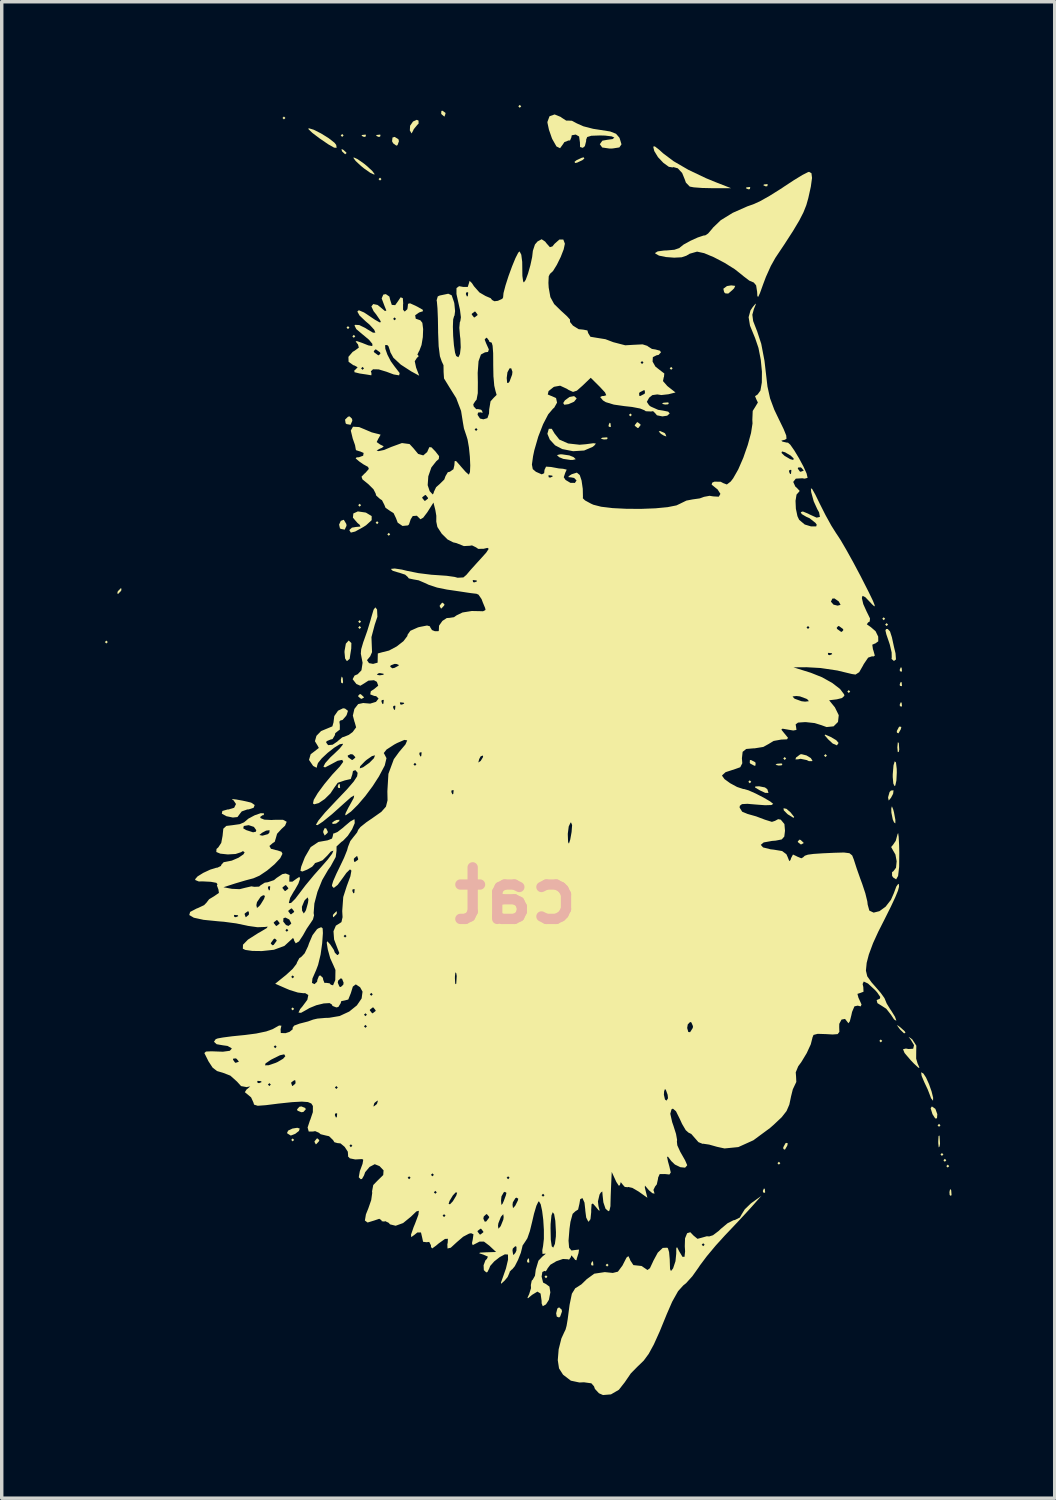
<source format=kicad_pcb>
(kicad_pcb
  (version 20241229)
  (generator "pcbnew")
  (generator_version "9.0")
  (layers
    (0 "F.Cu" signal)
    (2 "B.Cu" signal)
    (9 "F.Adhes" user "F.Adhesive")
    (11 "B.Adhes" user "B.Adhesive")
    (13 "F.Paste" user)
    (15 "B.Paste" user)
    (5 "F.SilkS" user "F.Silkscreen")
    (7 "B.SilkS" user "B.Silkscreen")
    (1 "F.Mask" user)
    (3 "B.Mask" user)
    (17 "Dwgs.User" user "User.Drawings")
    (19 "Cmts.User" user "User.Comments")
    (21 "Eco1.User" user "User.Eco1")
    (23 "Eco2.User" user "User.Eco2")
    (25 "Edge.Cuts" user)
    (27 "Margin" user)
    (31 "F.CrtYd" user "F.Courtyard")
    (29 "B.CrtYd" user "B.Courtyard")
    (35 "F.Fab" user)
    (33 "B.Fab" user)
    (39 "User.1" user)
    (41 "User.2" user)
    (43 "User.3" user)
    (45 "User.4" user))
  (footprint "cat"
    (layer "F.Cu")
    (at 11.345 19.219)
    (property "Reference" "cat" (at 0.6 3.775 0) (layer "B.SilkS") (effects (font (size 1.5 1.5) (thickness 0.3)) (justify mirror)))
    (attr board_only exclude_from_pos_files exclude_from_bom)
    (fp_poly (pts (xy -11.261 -3.598) (xy -11.303 -3.556) (xy -11.345 -3.598) (xy -11.303 -3.641)) (stroke (width 0) (type solid)) (fill yes) (layer "F.SilkS"))
    (fp_poly (pts (xy -6.096 -18.838) (xy -6.138 -18.796) (xy -6.181 -18.838) (xy -6.138 -18.881)) (stroke (width 0) (type solid)) (fill yes) (layer "F.SilkS"))
    (fp_poly (pts (xy -5.842 7.07) (xy -5.884 7.112) (xy -5.927 7.07) (xy -5.884 7.027)) (stroke (width 0) (type solid)) (fill yes) (layer "F.SilkS"))
    (fp_poly (pts (xy -5.842 10.88) (xy -5.884 10.922) (xy -5.927 10.88) (xy -5.884 10.837)) (stroke (width 0) (type solid)) (fill yes) (layer "F.SilkS"))
    (fp_poly (pts (xy -4.403 -18.33) (xy -4.445 -18.288) (xy -4.487 -18.33) (xy -4.445 -18.373)) (stroke (width 0) (type solid)) (fill yes) (layer "F.SilkS"))
    (fp_poly (pts (xy -4.233 -12.742) (xy -4.276 -12.7) (xy -4.318 -12.742) (xy -4.276 -12.785)) (stroke (width 0) (type solid)) (fill yes) (layer "F.SilkS"))
    (fp_poly (pts (xy -4.064 -12.488) (xy -4.106 -12.446) (xy -4.149 -12.488) (xy -4.106 -12.531)) (stroke (width 0) (type solid)) (fill yes) (layer "F.SilkS"))
    (fp_poly (pts (xy -3.895 -7.578) (xy -3.937 -7.535) (xy -3.979 -7.578) (xy -3.937 -7.62)) (stroke (width 0) (type solid)) (fill yes) (layer "F.SilkS"))
    (fp_poly (pts (xy -3.895 -4.191) (xy -3.937 -4.149) (xy -3.979 -4.191) (xy -3.937 -4.233)) (stroke (width 0) (type solid)) (fill yes) (layer "F.SilkS"))
    (fp_poly (pts (xy -3.895 -4.022) (xy -3.937 -3.979) (xy -3.979 -4.022) (xy -3.937 -4.064)) (stroke (width 0) (type solid)) (fill yes) (layer "F.SilkS"))
    (fp_poly (pts (xy -3.387 -7.07) (xy -3.429 -7.027) (xy -3.471 -7.07) (xy -3.429 -7.112)) (stroke (width 0) (type solid)) (fill yes) (layer "F.SilkS"))
    (fp_poly (pts (xy -3.302 -17.06) (xy -3.344 -17.018) (xy -3.387 -17.06) (xy -3.344 -17.103)) (stroke (width 0) (type solid)) (fill yes) (layer "F.SilkS"))
    (fp_poly (pts (xy -3.048 -6.731) (xy -3.09 -6.689) (xy -3.133 -6.731) (xy -3.09 -6.773)) (stroke (width 0) (type solid)) (fill yes) (layer "F.SilkS"))
    (fp_poly (pts (xy 0.762 -19.177) (xy 0.72 -19.135) (xy 0.677 -19.177) (xy 0.72 -19.219)) (stroke (width 0) (type solid)) (fill yes) (layer "F.SilkS"))
    (fp_poly (pts (xy 1.524 14.859) (xy 1.482 14.901) (xy 1.439 14.859) (xy 1.482 14.817)) (stroke (width 0) (type solid)) (fill yes) (layer "F.SilkS"))
    (fp_poly (pts (xy 3.302 14.52) (xy 3.26 14.563) (xy 3.217 14.52) (xy 3.26 14.478)) (stroke (width 0) (type solid)) (fill yes) (layer "F.SilkS"))
    (fp_poly (pts (xy 3.979 -10.202) (xy 3.937 -10.16) (xy 3.895 -10.202) (xy 3.937 -10.245)) (stroke (width 0) (type solid)) (fill yes) (layer "F.SilkS"))
    (fp_poly (pts (xy 5.165 -11.557) (xy 5.122 -11.515) (xy 5.08 -11.557) (xy 5.122 -11.599)) (stroke (width 0) (type solid)) (fill yes) (layer "F.SilkS"))
    (fp_poly (pts (xy 7.451 0.466) (xy 7.408 0.508) (xy 7.366 0.466) (xy 7.408 0.423)) (stroke (width 0) (type solid)) (fill yes) (layer "F.SilkS"))
    (fp_poly (pts (xy 8.297 11.557) (xy 8.255 11.599) (xy 8.213 11.557) (xy 8.255 11.515)) (stroke (width 0) (type solid)) (fill yes) (layer "F.SilkS"))
    (fp_poly (pts (xy 8.467 -0.212) (xy 8.424 -0.169) (xy 8.382 -0.212) (xy 8.424 -0.254)) (stroke (width 0) (type solid)) (fill yes) (layer "F.SilkS"))
    (fp_poly (pts (xy 9.652 -0.296) (xy 9.61 -0.254) (xy 9.567 -0.296) (xy 9.61 -0.339)) (stroke (width 0) (type solid)) (fill yes) (layer "F.SilkS"))
    (fp_poly (pts (xy 10.329 -2.159) (xy 10.287 -2.117) (xy 10.245 -2.159) (xy 10.287 -2.201)) (stroke (width 0) (type solid)) (fill yes) (layer "F.SilkS"))
    (fp_poly (pts (xy 11.261 8.001) (xy 11.218 8.043) (xy 11.176 8.001) (xy 11.218 7.959)) (stroke (width 0) (type solid)) (fill yes) (layer "F.SilkS"))
    (fp_poly (pts (xy 11.345 -4.276) (xy 11.303 -4.233) (xy 11.261 -4.276) (xy 11.303 -4.318)) (stroke (width 0) (type solid)) (fill yes) (layer "F.SilkS"))
    (fp_poly (pts (xy 11.43 -4.106) (xy 11.388 -4.064) (xy 11.345 -4.106) (xy 11.388 -4.149)) (stroke (width 0) (type solid)) (fill yes) (layer "F.SilkS"))
    (fp_poly (pts (xy 12.954 10.456) (xy 12.912 10.499) (xy 12.869 10.456) (xy 12.912 10.414)) (stroke (width 0) (type solid)) (fill yes) (layer "F.SilkS"))
    (fp_poly (pts (xy 13.039 11.303) (xy 12.996 11.345) (xy 12.954 11.303) (xy 12.996 11.261)) (stroke (width 0) (type solid)) (fill yes) (layer "F.SilkS"))
    (fp_poly (pts (xy 13.123 11.472) (xy 13.081 11.515) (xy 13.039 11.472) (xy 13.081 11.43)) (stroke (width 0) (type solid)) (fill yes) (layer "F.SilkS"))
    (fp_poly (pts (xy 13.208 11.642) (xy 13.166 11.684) (xy 13.123 11.642) (xy 13.166 11.599)) (stroke (width 0) (type solid)) (fill yes) (layer "F.SilkS"))
    (fp_poly (pts (xy -4.516 0.536) (xy -4.505 0.637) (xy -4.516 0.649) (xy -4.566 0.637) (xy -4.572 0.593) (xy -4.541 0.523)) (stroke (width 0) (type solid)) (fill yes) (layer "F.SilkS"))
    (fp_poly (pts (xy -4.429 -2.556) (xy -4.419 -2.424) (xy -4.436 -2.394) (xy -4.475 -2.419) (xy -4.481 -2.505) (xy -4.46 -2.595)) (stroke (width 0) (type solid)) (fill yes) (layer "F.SilkS"))
    (fp_poly (pts (xy -3.754 -18.344) (xy -3.765 -18.294) (xy -3.81 -18.288) (xy -3.88 -18.319) (xy -3.866 -18.344) (xy -3.766 -18.355)) (stroke (width 0) (type solid)) (fill yes) (layer "F.SilkS"))
    (fp_poly (pts (xy -3.33 -18.344) (xy -3.342 -18.294) (xy -3.387 -18.288) (xy -3.456 -18.319) (xy -3.443 -18.344) (xy -3.343 -18.355)) (stroke (width 0) (type solid)) (fill yes) (layer "F.SilkS"))
    (fp_poly (pts (xy 0.988 14.337) (xy 0.998 14.437) (xy 0.988 14.45) (xy 0.937 14.438) (xy 0.931 14.393) (xy 0.962 14.324)) (stroke (width 0) (type solid)) (fill yes) (layer "F.SilkS"))
    (fp_poly (pts (xy 2.85 14.422) (xy 2.861 14.522) (xy 2.85 14.534) (xy 2.8 14.523) (xy 2.794 14.478) (xy 2.825 14.408)) (stroke (width 0) (type solid)) (fill yes) (layer "F.SilkS"))
    (fp_poly (pts (xy 3.279 -9.534) (xy 3.254 -9.495) (xy 3.168 -9.489) (xy 3.078 -9.51) (xy 3.117 -9.541) (xy 3.249 -9.551)) (stroke (width 0) (type solid)) (fill yes) (layer "F.SilkS"))
    (fp_poly (pts (xy 3.358 -9.962) (xy 3.369 -9.862) (xy 3.358 -9.85) (xy 3.308 -9.861) (xy 3.302 -9.906) (xy 3.333 -9.976)) (stroke (width 0) (type solid)) (fill yes) (layer "F.SilkS"))
    (fp_poly (pts (xy 5.057 -10.55) (xy 5.032 -10.511) (xy 4.946 -10.505) (xy 4.856 -10.526) (xy 4.895 -10.557) (xy 5.027 -10.567)) (stroke (width 0) (type solid)) (fill yes) (layer "F.SilkS"))
    (fp_poly (pts (xy 7.422 -16.82) (xy 7.411 -16.77) (xy 7.366 -16.764) (xy 7.296 -16.795) (xy 7.31 -16.82) (xy 7.41 -16.831)) (stroke (width 0) (type solid)) (fill yes) (layer "F.SilkS"))
    (fp_poly (pts (xy 7.846 12.305) (xy 7.856 12.405) (xy 7.846 12.418) (xy 7.795 12.406) (xy 7.789 12.361) (xy 7.82 12.292)) (stroke (width 0) (type solid)) (fill yes) (layer "F.SilkS"))
    (fp_poly (pts (xy 7.93 -16.905) (xy 7.919 -16.855) (xy 7.874 -16.849) (xy 7.804 -16.88) (xy 7.818 -16.905) (xy 7.918 -16.915)) (stroke (width 0) (type solid)) (fill yes) (layer "F.SilkS"))
    (fp_poly (pts (xy 8.359 -0.051) (xy 8.334 -0.013) (xy 8.248 -0.007) (xy 8.158 -0.027) (xy 8.197 -0.058) (xy 8.329 -0.068)) (stroke (width 0) (type solid)) (fill yes) (layer "F.SilkS"))
    (fp_poly (pts (xy 11.825 -2.85) (xy 11.835 -2.75) (xy 11.825 -2.738) (xy 11.775 -2.749) (xy 11.769 -2.794) (xy 11.8 -2.864)) (stroke (width 0) (type solid)) (fill yes) (layer "F.SilkS"))
    (fp_poly (pts (xy 11.825 -2.427) (xy 11.835 -2.327) (xy 11.825 -2.314) (xy 11.775 -2.326) (xy 11.769 -2.371) (xy 11.8 -2.44)) (stroke (width 0) (type solid)) (fill yes) (layer "F.SilkS"))
    (fp_poly (pts (xy 11.825 -1.834) (xy 11.835 -1.734) (xy 11.825 -1.722) (xy 11.775 -1.733) (xy 11.769 -1.778) (xy 11.8 -1.848)) (stroke (width 0) (type solid)) (fill yes) (layer "F.SilkS"))
    (fp_poly (pts (xy 13.266 12.345) (xy 13.276 12.478) (xy 13.259 12.508) (xy 13.221 12.482) (xy 13.215 12.397) (xy 13.235 12.306)) (stroke (width 0) (type solid)) (fill yes) (layer "F.SilkS"))
    (fp_poly (pts (xy -4.909 1.821) (xy -4.86 1.923) (xy -4.872 1.953) (xy -4.954 2.028) (xy -4.994 1.943) (xy -4.995 1.9) (xy -4.954 1.813)) (stroke (width 0) (type solid)) (fill yes) (layer "F.SilkS"))
    (fp_poly (pts (xy -4.53 1.61) (xy -4.621 1.68) (xy -4.718 1.692) (xy -4.741 1.66) (xy -4.675 1.606) (xy -4.61 1.576) (xy -4.523 1.57)) (stroke (width 0) (type solid)) (fill yes) (layer "F.SilkS"))
    (fp_poly (pts (xy -4.416 -17.915) (xy -4.326 -17.836) (xy -4.318 -17.817) (xy -4.358 -17.783) (xy -4.442 -17.861) (xy -4.453 -17.878) (xy -4.463 -17.936)) (stroke (width 0) (type solid)) (fill yes) (layer "F.SilkS"))
    (fp_poly (pts (xy 4.935 -9.675) (xy 4.953 -9.652) (xy 4.983 -9.576) (xy 4.903 -9.605) (xy 4.826 -9.652) (xy 4.761 -9.72) (xy 4.8 -9.735)) (stroke (width 0) (type solid)) (fill yes) (layer "F.SilkS"))
    (fp_poly (pts (xy 8.514 10.979) (xy 8.499 11.045) (xy 8.431 11.164) (xy 8.386 11.144) (xy 8.382 11.096) (xy 8.443 10.982) (xy 8.466 10.965)) (stroke (width 0) (type solid)) (fill yes) (layer "F.SilkS"))
    (fp_poly (pts (xy 11.816 -1.129) (xy 11.801 -1.063) (xy 11.733 -0.944) (xy 11.688 -0.964) (xy 11.684 -1.011) (xy 11.745 -1.126) (xy 11.768 -1.142)) (stroke (width 0) (type solid)) (fill yes) (layer "F.SilkS"))
    (fp_poly (pts (xy -10.864 -5.11) (xy -10.88 -5.08) (xy -10.959 -4.999) (xy -10.974 -4.995) (xy -10.98 -5.05) (xy -10.964 -5.08) (xy -10.885 -5.161) (xy -10.87 -5.165)) (stroke (width 0) (type solid)) (fill yes) (layer "F.SilkS"))
    (fp_poly (pts (xy -5.518 9.952) (xy -5.503 9.991) (xy -5.572 10.066) (xy -5.63 10.075) (xy -5.743 10.03) (xy -5.757 9.991) (xy -5.689 9.916) (xy -5.63 9.906)) (stroke (width 0) (type solid)) (fill yes) (layer "F.SilkS"))
    (fp_poly (pts (xy -5.109 10.889) (xy -5.122 10.922) (xy -5.198 11.003) (xy -5.212 11.007) (xy -5.248 10.941) (xy -5.249 10.922) (xy -5.184 10.841) (xy -5.16 10.837)) (stroke (width 0) (type solid)) (fill yes) (layer "F.SilkS"))
    (fp_poly (pts (xy -4.599 4.288) (xy -4.614 4.318) (xy -4.694 4.399) (xy -4.709 4.403) (xy -4.715 4.348) (xy -4.699 4.318) (xy -4.619 4.237) (xy -4.604 4.233)) (stroke (width 0) (type solid)) (fill yes) (layer "F.SilkS"))
    (fp_poly (pts (xy -4.158 -10.091) (xy -4.149 -10.033) (xy -4.201 -9.916) (xy -4.318 -9.937) (xy -4.344 -9.96) (xy -4.361 -10.066) (xy -4.275 -10.151) (xy -4.228 -10.16)) (stroke (width 0) (type solid)) (fill yes) (layer "F.SilkS"))
    (fp_poly (pts (xy -3.895 -2.074) (xy -3.814 -1.998) (xy -3.81 -1.985) (xy -3.876 -1.948) (xy -3.895 -1.947) (xy -3.976 -2.012) (xy -3.979 -2.037) (xy -3.927 -2.088)) (stroke (width 0) (type solid)) (fill yes) (layer "F.SilkS"))
    (fp_poly (pts (xy -2.808 -18.22) (xy -2.794 -18.161) (xy -2.835 -18.048) (xy -2.87 -18.034) (xy -2.962 -18.101) (xy -2.994 -18.161) (xy -2.981 -18.27) (xy -2.918 -18.288)) (stroke (width 0) (type solid)) (fill yes) (layer "F.SilkS"))
    (fp_poly (pts (xy -1.468 -4.689) (xy -1.482 -4.657) (xy -1.558 -4.576) (xy -1.571 -4.572) (xy -1.608 -4.638) (xy -1.609 -4.657) (xy -1.544 -4.738) (xy -1.519 -4.741)) (stroke (width 0) (type solid)) (fill yes) (layer "F.SilkS"))
    (fp_poly (pts (xy -1.443 -18.989) (xy -1.439 -18.965) (xy -1.468 -18.883) (xy -1.477 -18.881) (xy -1.549 -18.94) (xy -1.566 -18.965) (xy -1.56 -19.043) (xy -1.529 -19.05)) (stroke (width 0) (type solid)) (fill yes) (layer "F.SilkS"))
    (fp_poly (pts (xy 1.939 15.816) (xy 1.947 15.87) (xy 1.896 16.014) (xy 1.863 16.044) (xy 1.796 16.018) (xy 1.778 15.922) (xy 1.813 15.782) (xy 1.863 15.748)) (stroke (width 0) (type solid)) (fill yes) (layer "F.SilkS"))
    (fp_poly (pts (xy 2.597 -17.658) (xy 2.54 -17.611) (xy 2.386 -17.539) (xy 2.328 -17.529) (xy 2.313 -17.564) (xy 2.371 -17.611) (xy 2.525 -17.682) (xy 2.582 -17.693)) (stroke (width 0) (type solid)) (fill yes) (layer "F.SilkS"))
    (fp_poly (pts (xy 4.231 -9.926) (xy 4.233 -9.906) (xy 4.169 -9.824) (xy 4.149 -9.821) (xy 4.066 -9.886) (xy 4.064 -9.906) (xy 4.128 -9.988) (xy 4.149 -9.991)) (stroke (width 0) (type solid)) (fill yes) (layer "F.SilkS"))
    (fp_poly (pts (xy 7.56 -0.108) (xy 7.578 -0.085) (xy 7.574 -0.007) (xy 7.545 0) (xy 7.426 -0.062) (xy 7.408 -0.085) (xy 7.412 -0.163) (xy 7.441 -0.169)) (stroke (width 0) (type solid)) (fill yes) (layer "F.SilkS"))
    (fp_poly (pts (xy 7.851 0.63) (xy 7.92 0.683) (xy 7.952 0.789) (xy 7.858 0.788) (xy 7.705 0.716) (xy 7.564 0.633) (xy 7.567 0.602) (xy 7.679 0.596)) (stroke (width 0) (type solid)) (fill yes) (layer "F.SilkS"))
    (fp_poly (pts (xy 8.475 1.252) (xy 8.593 1.354) (xy 8.7 1.489) (xy 8.679 1.514) (xy 8.537 1.427) (xy 8.504 1.404) (xy 8.397 1.295) (xy 8.39 1.234)) (stroke (width 0) (type solid)) (fill yes) (layer "F.SilkS"))
    (fp_poly (pts (xy 8.89 2.159) (xy 8.971 2.235) (xy 8.975 2.249) (xy 8.909 2.285) (xy 8.89 2.286) (xy 8.809 2.221) (xy 8.805 2.196) (xy 8.857 2.146)) (stroke (width 0) (type solid)) (fill yes) (layer "F.SilkS"))
    (fp_poly (pts (xy 9.759 -0.84) (xy 9.923 -0.744) (xy 9.991 -0.664) (xy 9.943 -0.594) (xy 9.82 -0.647) (xy 9.688 -0.769) (xy 9.584 -0.889) (xy 9.603 -0.907)) (stroke (width 0) (type solid)) (fill yes) (layer "F.SilkS"))
    (fp_poly (pts (xy 11.577 0.814) (xy 11.515 0.931) (xy 11.449 1.011) (xy 11.432 0.934) (xy 11.431 0.915) (xy 11.474 0.762) (xy 11.515 0.72) (xy 11.589 0.713)) (stroke (width 0) (type solid)) (fill yes) (layer "F.SilkS"))
    (fp_poly (pts (xy 11.728 7.562) (xy 11.79 7.609) (xy 11.907 7.714) (xy 11.938 7.757) (xy 11.897 7.783) (xy 11.784 7.674) (xy 11.758 7.641) (xy 11.685 7.541)) (stroke (width 0) (type solid)) (fill yes) (layer "F.SilkS"))
    (fp_poly (pts (xy 11.738 -0.669) (xy 11.743 -0.655) (xy 11.755 -0.47) (xy 11.74 -0.401) (xy 11.712 -0.398) (xy 11.7 -0.53) (xy 11.701 -0.55) (xy 11.713 -0.682)) (stroke (width 0) (type solid)) (fill yes) (layer "F.SilkS"))
    (fp_poly (pts (xy 12.806 9.977) (xy 12.862 10.132) (xy 12.853 10.251) (xy 12.802 10.256) (xy 12.723 10.134) (xy 12.72 10.127) (xy 12.668 9.959) (xy 12.704 9.906)) (stroke (width 0) (type solid)) (fill yes) (layer "F.SilkS"))
    (fp_poly (pts (xy 12.928 10.774) (xy 12.941 10.989) (xy 12.928 11.07) (xy 12.903 11.097) (xy 12.89 10.979) (xy 12.889 10.922) (xy 12.898 10.768) (xy 12.92 10.75)) (stroke (width 0) (type solid)) (fill yes) (layer "F.SilkS"))
    (fp_poly (pts (xy -4.394 -7.149) (xy -4.324 -7.032) (xy -4.318 -6.98) (xy -4.371 -6.867) (xy -4.488 -6.889) (xy -4.51 -6.909) (xy -4.534 -7.013) (xy -4.485 -7.122) (xy -4.403 -7.153)) (stroke (width 0) (type solid)) (fill yes) (layer "F.SilkS"))
    (fp_poly (pts (xy 2.37 -10.689) (xy 2.371 -10.677) (xy 2.299 -10.587) (xy 2.137 -10.516) (xy 2.015 -10.499) (xy 1.983 -10.548) (xy 2.032 -10.626) (xy 2.166 -10.725) (xy 2.301 -10.75)) (stroke (width 0) (type solid)) (fill yes) (layer "F.SilkS"))
    (fp_poly (pts (xy 6.985 -13.956) (xy 6.954 -13.886) (xy 6.912 -13.843) (xy 6.785 -13.733) (xy 6.704 -13.735) (xy 6.663 -13.77) (xy 6.64 -13.872) (xy 6.745 -13.95) (xy 6.869 -13.97)) (stroke (width 0) (type solid)) (fill yes) (layer "F.SilkS"))
    (fp_poly (pts (xy 11.582 1.277) (xy 11.602 1.354) (xy 11.642 1.57) (xy 11.642 1.675) (xy 11.604 1.646) (xy 11.567 1.563) (xy 11.527 1.364) (xy 11.523 1.242) (xy 11.542 1.178)) (stroke (width 0) (type solid)) (fill yes) (layer "F.SilkS"))
    (fp_poly (pts (xy -5.679 10.549) (xy -5.701 10.618) (xy -5.809 10.703) (xy -5.932 10.751) (xy -5.943 10.751) (xy -6.037 10.693) (xy -6.048 10.678) (xy -6.016 10.609) (xy -5.892 10.55) (xy -5.75 10.527)) (stroke (width 0) (type solid)) (fill yes) (layer "F.SilkS"))
    (fp_poly (pts (xy 2.164 -9.025) (xy 2.286 -8.975) (xy 2.348 -8.915) (xy 2.261 -8.894) (xy 2.201 -8.893) (xy 1.984 -8.925) (xy 1.863 -8.975) (xy 1.801 -9.035) (xy 1.888 -9.056) (xy 1.947 -9.057)) (stroke (width 0) (type solid)) (fill yes) (layer "F.SilkS"))
    (fp_poly (pts (xy -2.223 -18.761) (xy -2.223 -18.672) (xy -2.255 -18.643) (xy -2.362 -18.514) (xy -2.385 -18.462) (xy -2.427 -18.388) (xy -2.476 -18.474) (xy -2.477 -18.477) (xy -2.469 -18.613) (xy -2.385 -18.735) (xy -2.275 -18.785)) (stroke (width 0) (type solid)) (fill yes) (layer "F.SilkS"))
    (fp_poly (pts (xy 11.66 -0.098) (xy 11.682 0.091) (xy 11.684 0.198) (xy 11.672 0.43) (xy 11.641 0.572) (xy 11.62 0.593) (xy 11.583 0.518) (xy 11.566 0.33) (xy 11.566 0.252) (xy 11.588 -0.011) (xy 11.623 -0.13)) (stroke (width 0) (type solid)) (fill yes) (layer "F.SilkS"))
    (fp_poly (pts (xy -5.273 -18.497) (xy -5.058 -18.388) (xy -4.836 -18.25) (xy -4.669 -18.119) (xy -4.618 -18.055) (xy -4.606 -17.971) (xy -4.678 -17.975) (xy -4.85 -18.073) (xy -5.11 -18.251) (xy -5.31 -18.403) (xy -5.421 -18.508) (xy -5.424 -18.542)) (stroke (width 0) (type solid)) (fill yes) (layer "F.SilkS"))
    (fp_poly (pts (xy -4.177 -3.569) (xy -4.181 -3.408) (xy -4.212 -3.215) (xy -4.226 -3.111) (xy -4.298 -3.049) (xy -4.312 -3.048) (xy -4.36 -3.122) (xy -4.377 -3.305) (xy -4.375 -3.344) (xy -4.337 -3.553) (xy -4.258 -3.64) (xy -4.252 -3.64)) (stroke (width 0) (type solid)) (fill yes) (layer "F.SilkS"))
    (fp_poly (pts (xy -3.995 -17.64) (xy -3.813 -17.513) (xy -3.725 -17.441) (xy -3.568 -17.296) (xy -3.502 -17.206) (xy -3.514 -17.192) (xy -3.625 -17.242) (xy -3.807 -17.37) (xy -3.895 -17.441) (xy -4.052 -17.587) (xy -4.118 -17.677) (xy -4.106 -17.691)) (stroke (width 0) (type solid)) (fill yes) (layer "F.SilkS"))
    (fp_poly (pts (xy 9.058 -0.301) (xy 9.184 -0.224) (xy 9.231 -0.148) (xy 9.224 -0.136) (xy 9.126 -0.136) (xy 9.065 -0.166) (xy 8.887 -0.203) (xy 8.82 -0.189) (xy 8.736 -0.185) (xy 8.754 -0.24) (xy 8.875 -0.331) (xy 8.916 -0.337)) (stroke (width 0) (type solid)) (fill yes) (layer "F.SilkS"))
    (fp_poly (pts (xy 12.456 8.948) (xy 12.533 9.064) (xy 12.621 9.258) (xy 12.696 9.472) (xy 12.74 9.65) (xy 12.738 9.735) (xy 12.734 9.737) (xy 12.68 9.668) (xy 12.651 9.588) (xy 12.581 9.408) (xy 12.481 9.196) (xy 12.406 9.018) (xy 12.392 8.916) (xy 12.394 8.914)) (stroke (width 0) (type solid)) (fill yes) (layer "F.SilkS"))
    (fp_poly (pts (xy 11.487 -3.906) (xy 11.542 -3.735) (xy 11.6 -3.466) (xy 11.647 -3.27) (xy 11.66 -3.092) (xy 11.601 -3.048) (xy 11.531 -3.108) (xy 11.537 -3.154) (xy 11.534 -3.296) (xy 11.482 -3.519) (xy 11.46 -3.588) (xy 11.38 -3.821) (xy 11.353 -3.936) (xy 11.372 -3.975) (xy 11.419 -3.979)) (stroke (width 0) (type solid)) (fill yes) (layer "F.SilkS"))
    (fp_poly (pts (xy -3.767 -7.365) (xy -3.747 -7.358) (xy -3.587 -7.261) (xy -3.587 -7.143) (xy -3.75 -6.994) (xy -3.831 -6.942) (xy -4.066 -6.812) (xy -4.192 -6.781) (xy -4.233 -6.845) (xy -4.233 -6.858) (xy -4.161 -6.925) (xy -4.043 -6.945) (xy -3.912 -6.957) (xy -3.937 -7.01) (xy -4 -7.061) (xy -4.132 -7.215) (xy -4.12 -7.337) (xy -3.989 -7.397)) (stroke (width 0) (type solid)) (fill yes) (layer "F.SilkS"))
    (fp_poly (pts (xy 1.733 -9.661) (xy 1.871 -9.486) (xy 2.127 -9.373) (xy 2.46 -9.336) (xy 2.641 -9.351) (xy 2.859 -9.38) (xy 2.934 -9.371) (xy 2.89 -9.315) (xy 2.841 -9.275) (xy 2.592 -9.168) (xy 2.271 -9.148) (xy 1.952 -9.211) (xy 1.747 -9.319) (xy 1.592 -9.487) (xy 1.524 -9.652) (xy 1.524 -9.658) (xy 1.564 -9.799) (xy 1.65 -9.799)) (stroke (width 0) (type solid)) (fill yes) (layer "F.SilkS"))
    (fp_poly (pts (xy 12.08 7.916) (xy 12.135 7.958) (xy 12.252 8.139) (xy 12.249 8.291) (xy 12.247 8.516) (xy 12.288 8.656) (xy 12.343 8.778) (xy 12.313 8.782) (xy 12.186 8.664) (xy 12.086 8.559) (xy 11.91 8.353) (xy 11.865 8.243) (xy 11.95 8.222) (xy 12.023 8.237) (xy 12.161 8.228) (xy 12.185 8.123) (xy 12.086 7.959) (xy 12.026 7.884)) (stroke (width 0) (type solid)) (fill yes) (layer "F.SilkS"))
    (fp_poly (pts (xy 11.739 2.069) (xy 11.751 2.306) (xy 11.756 2.519) (xy 11.752 2.942) (xy 11.722 3.202) (xy 11.665 3.303) (xy 11.58 3.249) (xy 11.547 3.201) (xy 11.546 3.093) (xy 11.584 3.067) (xy 11.661 2.965) (xy 11.68 2.778) (xy 11.644 2.581) (xy 11.579 2.469) (xy 11.519 2.362) (xy 11.571 2.303) (xy 11.653 2.183) (xy 11.706 1.989) (xy 11.723 1.956)) (stroke (width 0) (type solid)) (fill yes) (layer "F.SilkS"))
    (fp_poly (pts (xy -7.528 0.98) (xy -7.344 1.013) (xy -7.141 1.059) (xy -7.09 1.072) (xy -6.988 1.141) (xy -7.02 1.221) (xy -7.163 1.268) (xy -7.204 1.27) (xy -7.365 1.327) (xy -7.42 1.397) (xy -7.489 1.491) (xy -7.623 1.505) (xy -7.811 1.466) (xy -7.944 1.393) (xy -7.929 1.314) (xy -7.779 1.271) (xy -7.747 1.27) (xy -7.586 1.221) (xy -7.532 1.112) (xy -7.606 1.002) (xy -7.641 0.984) (xy -7.643 0.968)) (stroke (width 0) (type solid)) (fill yes) (layer "F.SilkS"))
    (fp_poly (pts (xy 4.786 -17.904) (xy 4.885 -17.813) (xy 5.193 -17.581) (xy 5.623 -17.331) (xy 6.135 -17.087) (xy 6.417 -16.971) (xy 6.865 -16.796) (xy 6.323 -16.796) (xy 6.022 -16.803) (xy 5.78 -16.821) (xy 5.663 -16.843) (xy 5.551 -16.959) (xy 5.518 -17.052) (xy 5.442 -17.238) (xy 5.316 -17.374) (xy 5.188 -17.41) (xy 5.166 -17.4) (xy 5.055 -17.418) (xy 4.897 -17.532) (xy 4.74 -17.698) (xy 4.634 -17.872) (xy 4.629 -17.886) (xy 4.6 -18.005) (xy 4.647 -18.013)) (stroke (width 0) (type solid)) (fill yes) (layer "F.SilkS"))
    (fp_poly (pts (xy 1.915 -18.867) (xy 1.936 -18.848) (xy 2.07 -18.762) (xy 2.139 -18.762) (xy 2.237 -18.757) (xy 2.381 -18.68) (xy 2.571 -18.596) (xy 2.854 -18.523) (xy 3.054 -18.492) (xy 3.348 -18.446) (xy 3.519 -18.379) (xy 3.614 -18.269) (xy 3.626 -18.244) (xy 3.678 -18.072) (xy 3.616 -17.982) (xy 3.418 -17.951) (xy 3.33 -17.949) (xy 3.117 -17.98) (xy 3.048 -18.075) (xy 3.048 -18.076) (xy 3.122 -18.178) (xy 3.26 -18.203) (xy 3.419 -18.225) (xy 3.471 -18.267) (xy 3.395 -18.303) (xy 3.201 -18.326) (xy 3.053 -18.33) (xy 2.802 -18.321) (xy 2.68 -18.284) (xy 2.649 -18.203) (xy 2.651 -18.17) (xy 2.613 -18.019) (xy 2.554 -17.97) (xy 2.473 -17.994) (xy 2.47 -18.128) (xy 2.445 -18.3) (xy 2.347 -18.356) (xy 2.231 -18.335) (xy 2.22 -18.273) (xy 2.182 -18.185) (xy 2.135 -18.183) (xy 2.016 -18.136) (xy 1.978 -18.077) (xy 1.892 -17.959) (xy 1.787 -18.01) (xy 1.664 -18.227) (xy 1.652 -18.256) (xy 1.568 -18.498) (xy 1.525 -18.699) (xy 1.524 -18.724) (xy 1.585 -18.888) (xy 1.733 -18.941)) (stroke (width 0) (type solid)) (fill yes) (layer "F.SilkS"))
    (fp_poly (pts (xy 9.202 -17.232) (xy 9.219 -17.095) (xy 9.184 -16.84) (xy 9.111 -16.51) (xy 9.053 -16.304) (xy 8.97 -16.095) (xy 8.847 -15.855) (xy 8.668 -15.555) (xy 8.419 -15.169) (xy 8.153 -14.771) (xy 8.02 -14.533) (xy 7.878 -14.217) (xy 7.796 -13.999) (xy 7.704 -13.743) (xy 7.652 -13.634) (xy 7.629 -13.659) (xy 7.623 -13.78) (xy 7.593 -13.971) (xy 7.524 -14.054) (xy 7.519 -14.055) (xy 7.393 -14.109) (xy 7.222 -14.24) (xy 7.201 -14.259) (xy 6.971 -14.441) (xy 6.675 -14.626) (xy 6.362 -14.79) (xy 6.082 -14.907) (xy 5.884 -14.95) (xy 5.87 -14.95) (xy 5.662 -14.891) (xy 5.565 -14.833) (xy 5.428 -14.787) (xy 5.21 -14.776) (xy 4.97 -14.794) (xy 4.768 -14.836) (xy 4.661 -14.896) (xy 4.657 -14.913) (xy 4.732 -14.959) (xy 4.919 -14.984) (xy 4.99 -14.986) (xy 5.216 -15.006) (xy 5.361 -15.056) (xy 5.377 -15.072) (xy 5.482 -15.156) (xy 5.677 -15.264) (xy 5.893 -15.362) (xy 6.065 -15.42) (xy 6.113 -15.424) (xy 6.196 -15.478) (xy 6.322 -15.625) (xy 6.339 -15.649) (xy 6.564 -15.865) (xy 6.913 -16.08) (xy 7.34 -16.269) (xy 7.507 -16.327) (xy 7.699 -16.413) (xy 7.979 -16.57) (xy 8.295 -16.768) (xy 8.406 -16.842) (xy 8.697 -17.033) (xy 8.94 -17.181) (xy 9.099 -17.262) (xy 9.133 -17.272)) (stroke (width 0) (type solid)) (fill yes) (layer "F.SilkS"))
    (fp_poly (pts (xy 7.493 12.792) (xy 7.316 12.987) (xy 7.067 13.255) (xy 6.789 13.549) (xy 6.696 13.646) (xy 6.419 13.951) (xy 6.157 14.265) (xy 5.957 14.532) (xy 5.915 14.596) (xy 5.738 14.845) (xy 5.555 15.047) (xy 5.474 15.112) (xy 5.324 15.278) (xy 5.152 15.585) (xy 4.997 15.941) (xy 4.789 16.45) (xy 4.619 16.827) (xy 4.47 17.1) (xy 4.326 17.296) (xy 4.172 17.446) (xy 4.161 17.455) (xy 3.95 17.669) (xy 3.783 17.913) (xy 3.78 17.919) (xy 3.602 18.146) (xy 3.372 18.28) (xy 3.14 18.299) (xy 3.022 18.247) (xy 2.905 18.12) (xy 2.879 18.046) (xy 2.802 17.958) (xy 2.587 17.928) (xy 2.455 17.934) (xy 2.205 17.881) (xy 1.979 17.708) (xy 1.862 17.525) (xy 1.825 17.285) (xy 1.851 16.969) (xy 1.93 16.654) (xy 2.015 16.469) (xy 2.051 16.396) (xy 2.081 16.286) (xy 2.113 16.098) (xy 2.153 15.795) (xy 2.168 15.677) (xy 2.235 15.353) (xy 2.334 15.192) (xy 2.361 15.178) (xy 2.513 15.08) (xy 2.667 14.93) (xy 2.886 14.77) (xy 3.192 14.724) (xy 3.426 14.748) (xy 3.574 14.711) (xy 3.707 14.532) (xy 3.732 14.482) (xy 3.825 14.301) (xy 3.878 14.259) (xy 3.92 14.341) (xy 3.934 14.383) (xy 4.024 14.52) (xy 4.112 14.53) (xy 4.261 14.546) (xy 4.35 14.606) (xy 4.434 14.663) (xy 4.505 14.61) (xy 4.593 14.423) (xy 4.601 14.402) (xy 4.733 14.158) (xy 4.878 14.02) (xy 5.007 14.014) (xy 5.029 14.032) (xy 5.062 14.142) (xy 5.081 14.353) (xy 5.083 14.429) (xy 5.09 14.635) (xy 5.117 14.693) (xy 5.173 14.623) (xy 5.18 14.611) (xy 5.248 14.407) (xy 5.27 14.188) (xy 5.272 14.019) (xy 5.297 14.004) (xy 5.355 14.118) (xy 5.452 14.28) (xy 5.511 14.279) (xy 5.528 14.12) (xy 5.519 13.98) (xy 5.52 13.928) (xy 6.011 13.928) (xy 6.054 13.97) (xy 6.096 13.928) (xy 6.054 13.885) (xy 6.011 13.928) (xy 5.52 13.928) (xy 5.526 13.741) (xy 5.587 13.593) (xy 5.679 13.564) (xy 5.773 13.662) (xy 5.888 13.756) (xy 5.995 13.728) (xy 6.16 13.681) (xy 6.228 13.687) (xy 6.338 13.652) (xy 6.505 13.526) (xy 6.567 13.466) (xy 6.76 13.305) (xy 6.934 13.216) (xy 6.972 13.21) (xy 7.12 13.137) (xy 7.169 13.049) (xy 7.263 12.898) (xy 7.439 12.728) (xy 7.479 12.698) (xy 7.747 12.505)) (stroke (width 0) (type solid)) (fill yes) (layer "F.SilkS"))
    (fp_poly (pts (xy -3.072 -13.645) (xy -3.048 -13.547) (xy -3.002 -13.403) (xy -2.903 -13.395) (xy -2.825 -13.504) (xy -2.744 -13.624) (xy -2.68 -13.597) (xy -2.67 -13.443) (xy -2.674 -13.42) (xy -2.674 -13.262) (xy -2.626 -13.208) (xy -2.55 -13.277) (xy -2.54 -13.335) (xy -2.53 -13.434) (xy -2.471 -13.449) (xy -2.319 -13.381) (xy -2.25 -13.346) (xy -2.102 -13.262) (xy -2.096 -13.218) (xy -2.207 -13.182) (xy -2.322 -13.101) (xy -2.305 -13.001) (xy -2.17 -12.954) (xy -2.113 -12.881) (xy -2.09 -12.699) (xy -2.099 -12.465) (xy -2.137 -12.236) (xy -2.201 -12.068) (xy -2.215 -12.048) (xy -2.258 -11.955) (xy -2.233 -11.937) (xy -2.223 -11.902) (xy -2.268 -11.866) (xy -2.334 -11.765) (xy -2.295 -11.581) (xy -2.291 -11.57) (xy -2.204 -11.343) (xy -2.436 -11.469) (xy -2.74 -11.666) (xy -2.954 -11.864) (xy -3.047 -12.033) (xy -3.048 -12.052) (xy -3.099 -12.201) (xy -3.136 -12.236) (xy -3.197 -12.232) (xy -3.189 -12.124) (xy -3.128 -11.953) (xy -3.029 -11.761) (xy -2.906 -11.592) (xy -2.894 -11.578) (xy -2.773 -11.42) (xy -2.789 -11.354) (xy -2.946 -11.38) (xy -3.157 -11.459) (xy -3.383 -11.527) (xy -3.548 -11.53) (xy -3.611 -11.471) (xy -3.594 -11.423) (xy -3.594 -11.358) (xy -3.615 -11.358) (xy -3.741 -11.379) (xy -3.931 -11.407) (xy -4.087 -11.445) (xy -4.091 -11.497) (xy -4.058 -11.522) (xy -4.025 -11.557) (xy -3.895 -11.557) (xy -3.852 -11.515) (xy -3.81 -11.557) (xy -3.852 -11.599) (xy -3.895 -11.557) (xy -4.025 -11.557) (xy -3.995 -11.589) (xy -4.084 -11.639) (xy -4.119 -11.649) (xy -4.258 -11.747) (xy -4.263 -11.892) (xy -4.138 -12.038) (xy -4.108 -12.055) (xy -3.527 -12.055) (xy -3.514 -12.023) (xy -3.402 -11.941) (xy -3.377 -11.938) (xy -3.331 -11.99) (xy -3.344 -12.023) (xy -3.456 -12.104) (xy -3.481 -12.107) (xy -3.527 -12.055) (xy -4.108 -12.055) (xy -4.08 -12.072) (xy -3.96 -12.16) (xy -3.985 -12.254) (xy -4.003 -12.275) (xy -4.053 -12.34) (xy -4.017 -12.35) (xy -3.868 -12.299) (xy -3.683 -12.225) (xy -3.568 -12.205) (xy -3.566 -12.268) (xy -3.665 -12.389) (xy -3.848 -12.542) (xy -3.859 -12.55) (xy -4.034 -12.699) (xy -4.086 -12.802) (xy -4.07 -12.823) (xy -3.947 -12.816) (xy -3.762 -12.725) (xy -3.725 -12.7) (xy -3.548 -12.595) (xy -3.479 -12.596) (xy -3.513 -12.68) (xy -3.647 -12.827) (xy -3.762 -12.925) (xy -3.939 -13.093) (xy -4.004 -13.209) (xy -3.96 -13.247) (xy -3.809 -13.183) (xy -3.741 -13.139) (xy -3.49 -12.97) (xy -3.355 -12.894) (xy -3.318 -12.903) (xy -3.344 -12.962) (xy -3.368 -12.996) (xy -2.963 -12.996) (xy -2.921 -12.954) (xy -2.879 -12.996) (xy -2.921 -13.039) (xy -2.963 -12.996) (xy -3.368 -12.996) (xy -3.456 -13.126) (xy -3.532 -13.221) (xy -3.595 -13.358) (xy -3.541 -13.427) (xy -3.415 -13.401) (xy -3.338 -13.34) (xy -3.2 -13.224) (xy -3.16 -13.24) (xy -3.214 -13.372) (xy -3.296 -13.591) (xy -3.249 -13.702) (xy -3.175 -13.716)) (stroke (width 0) (type solid)) (fill yes) (layer "F.SilkS"))
    (fp_poly (pts (xy -6.717 1.383) (xy -6.726 1.434) (xy -6.764 1.439) (xy -6.829 1.488) (xy -6.817 1.522) (xy -6.708 1.567) (xy -6.499 1.577) (xy -6.431 1.572) (xy -6.167 1.57) (xy -6.058 1.628) (xy -6.106 1.743) (xy -6.208 1.836) (xy -6.338 1.978) (xy -6.371 2.096) (xy -6.406 2.211) (xy -6.469 2.252) (xy -6.561 2.332) (xy -6.515 2.414) (xy -6.359 2.455) (xy -6.345 2.455) (xy -6.21 2.5) (xy -6.181 2.559) (xy -6.246 2.688) (xy -6.41 2.863) (xy -6.627 3.046) (xy -6.85 3.196) (xy -7.025 3.272) (xy -7.249 3.331) (xy -7.523 3.412) (xy -7.568 3.426) (xy -7.896 3.532) (xy -7.653 3.578) (xy -7.426 3.588) (xy -7.298 3.556) (xy -6.604 3.556) (xy -6.573 3.626) (xy -6.548 3.612) (xy -6.542 3.556) (xy -6.181 3.556) (xy -6.116 3.638) (xy -6.096 3.641) (xy -6.014 3.576) (xy -6.011 3.556) (xy -6.076 3.474) (xy -6.096 3.471) (xy -6.178 3.536) (xy -6.181 3.556) (xy -6.542 3.556) (xy -6.537 3.512) (xy -6.548 3.5) (xy -6.598 3.511) (xy -6.604 3.556) (xy -7.298 3.556) (xy -7.267 3.548) (xy -7.084 3.506) (xy -7 3.52) (xy -6.86 3.514) (xy -6.819 3.477) (xy -6.696 3.399) (xy -6.609 3.387) (xy -6.427 3.325) (xy -6.35 3.26) (xy -6.184 3.151) (xy -6.088 3.133) (xy -5.975 3.177) (xy -5.981 3.26) (xy -5.982 3.369) (xy -5.891 3.37) (xy -5.774 3.285) (xy -5.687 3.229) (xy -5.67 3.288) (xy -5.718 3.427) (xy -5.822 3.611) (xy -5.849 3.65) (xy -5.958 3.84) (xy -5.994 3.983) (xy -5.992 3.995) (xy -5.931 3.989) (xy -5.81 3.869) (xy -5.71 3.738) (xy -5.515 3.481) (xy -5.263 3.177) (xy -5.058 2.947) (xy -4.865 2.727) (xy -4.737 2.557) (xy -4.699 2.47) (xy -4.7 2.468) (xy -4.775 2.495) (xy -4.875 2.609) (xy -5.015 2.748) (xy -5.127 2.794) (xy -5.237 2.83) (xy -5.25 2.857) (xy -5.318 2.936) (xy -5.462 3.019) (xy -5.601 3.075) (xy -5.658 3.056) (xy -5.637 2.937) (xy -5.543 2.693) (xy -5.525 2.651) (xy -5.36 2.365) (xy -5.135 2.215) (xy -4.868 2.168) (xy -4.741 2.117) (xy -4.72 2.053) (xy -4.702 1.968) (xy -4.678 1.966) (xy -4.582 1.926) (xy -4.421 1.802) (xy -4.368 1.754) (xy -4.205 1.617) (xy -4.098 1.558) (xy -4.084 1.561) (xy -4.08 1.669) (xy -4.156 1.847) (xy -4.281 2.037) (xy -4.421 2.183) (xy -4.465 2.212) (xy -4.608 2.345) (xy -4.609 2.472) (xy -4.632 2.652) (xy -4.779 2.922) (xy -4.854 3.028) (xy -5.025 3.321) (xy -5.164 3.666) (xy -5.253 4.005) (xy -5.274 4.281) (xy -5.263 4.35) (xy -5.294 4.468) (xy -5.355 4.561) (xy -5.477 4.74) (xy -5.585 4.932) (xy -5.7 5.107) (xy -5.795 5.163) (xy -5.842 5.084) (xy -5.843 5.059) (xy -5.874 5.006) (xy -5.907 5.038) (xy -6.124 5.238) (xy -6.431 5.351) (xy -6.781 5.388) (xy -7.057 5.384) (xy -7.26 5.355) (xy -7.333 5.32) (xy -7.329 5.203) (xy -7.301 5.175) (xy -6.519 5.175) (xy -6.467 5.221) (xy -6.435 5.207) (xy -6.353 5.095) (xy -6.35 5.07) (xy -6.402 5.024) (xy -6.435 5.038) (xy -6.516 5.15) (xy -6.519 5.175) (xy -7.301 5.175) (xy -7.184 5.055) (xy -6.889 4.867) (xy -6.816 4.826) (xy -6.745 4.784) (xy -6.096 4.784) (xy -6.054 4.826) (xy -6.011 4.784) (xy -6.054 4.741) (xy -6.096 4.784) (xy -6.745 4.784) (xy -6.637 4.719) (xy -6.61 4.677) (xy -6.689 4.687) (xy -6.908 4.695) (xy -7.182 4.656) (xy -7.239 4.643) (xy -7.529 4.583) (xy -7.614 4.572) (xy -6.435 4.572) (xy -6.37 4.654) (xy -6.35 4.657) (xy -6.268 4.592) (xy -6.265 4.572) (xy -6.298 4.53) (xy -6.159 4.53) (xy -6.078 4.631) (xy -6.006 4.657) (xy -5.928 4.593) (xy -5.927 4.577) (xy -5.983 4.47) (xy -6.093 4.414) (xy -6.152 4.431) (xy -6.159 4.53) (xy -6.298 4.53) (xy -6.33 4.49) (xy -6.35 4.487) (xy -6.432 4.552) (xy -6.435 4.572) (xy -7.614 4.572) (xy -7.881 4.536) (xy -8.043 4.523) (xy -8.474 4.48) (xy -8.759 4.418) (xy -8.881 4.346) (xy -7.592 4.346) (xy -7.58 4.397) (xy -7.535 4.403) (xy -7.466 4.372) (xy -7.479 4.346) (xy -7.579 4.336) (xy -7.592 4.346) (xy -8.881 4.346) (xy -8.891 4.341) (xy -8.885 4.318) (xy -7.281 4.318) (xy -7.252 4.4) (xy -7.244 4.403) (xy -7.172 4.343) (xy -7.154 4.318) (xy -7.161 4.24) (xy -7.192 4.233) (xy -6.011 4.233) (xy -5.947 4.316) (xy -5.927 4.318) (xy -5.844 4.254) (xy -5.842 4.233) (xy -5.906 4.151) (xy -5.927 4.149) (xy -6.009 4.213) (xy -6.011 4.233) (xy -7.192 4.233) (xy -7.278 4.295) (xy -7.281 4.318) (xy -8.885 4.318) (xy -8.866 4.25) (xy -8.677 4.151) (xy -8.636 4.136) (xy -8.461 4.053) (xy -6.94 4.053) (xy -6.922 4.135) (xy -6.881 4.101) (xy -5.616 4.101) (xy -5.61 4.214) (xy -5.561 4.295) (xy -5.51 4.223) (xy -5.494 4.185) (xy -5.439 3.986) (xy -5.427 3.895) (xy -5.446 3.827) (xy -5.524 3.9) (xy -5.543 3.924) (xy -5.616 4.101) (xy -6.881 4.101) (xy -6.856 4.081) (xy -6.813 4.027) (xy -6.716 3.869) (xy -6.689 3.783) (xy -6.74 3.763) (xy -6.816 3.81) (xy -6.922 3.965) (xy -6.94 4.053) (xy -8.461 4.053) (xy -8.46 4.053) (xy -8.382 3.972) (xy -8.382 3.969) (xy -8.314 3.881) (xy -8.171 3.795) (xy -8.029 3.697) (xy -8.043 3.598) (xy -8.087 3.48) (xy -8.071 3.442) (xy -8.105 3.403) (xy -8.263 3.374) (xy -8.499 3.362) (xy -8.615 3.364) (xy -8.713 3.324) (xy -8.721 3.299) (xy -8.651 3.218) (xy -8.484 3.114) (xy -8.282 3.02) (xy -8.108 2.966) (xy -8.073 2.963) (xy -7.969 2.913) (xy -7.959 2.879) (xy -7.89 2.803) (xy -7.836 2.794) (xy -7.655 2.758) (xy -7.459 2.674) (xy -7.315 2.575) (xy -7.281 2.516) (xy -7.33 2.481) (xy -7.387 2.514) (xy -7.544 2.565) (xy -7.772 2.578) (xy -7.989 2.555) (xy -8.105 2.507) (xy -8.099 2.419) (xy -8.046 2.372) (xy -7.961 2.242) (xy -7.921 2.03) (xy -7.921 2.02) (xy -7.92 2.013) (xy -6.853 2.013) (xy -6.776 2.03) (xy -6.757 2.031) (xy -6.604 1.988) (xy -6.562 1.947) (xy -6.555 1.873) (xy -6.656 1.885) (xy -6.773 1.947) (xy -6.853 2.013) (xy -7.92 2.013) (xy -7.901 1.829) (xy -7.889 1.819) (xy -7.322 1.819) (xy -7.233 1.871) (xy -7.036 1.935) (xy -6.953 1.916) (xy -6.943 1.872) (xy -7.012 1.777) (xy -7.163 1.727) (xy -7.305 1.75) (xy -7.322 1.819) (xy -7.889 1.819) (xy -7.813 1.749) (xy -7.631 1.727) (xy -7.421 1.697) (xy -7.297 1.644) (xy -7.292 1.639) (xy -7.17 1.536) (xy -6.988 1.439) (xy -6.814 1.379)) (stroke (width 0) (type solid)) (fill yes) (layer "F.SilkS"))
    (fp_poly (pts (xy 1.459 -15.243) (xy 1.496 -15.194) (xy 1.596 -15.081) (xy 1.671 -15.104) (xy 1.729 -15.177) (xy 1.871 -15.303) (xy 1.986 -15.304) (xy 2.032 -15.182) (xy 1.997 -15.018) (xy 1.91 -14.795) (xy 1.797 -14.566) (xy 1.686 -14.386) (xy 1.603 -14.309) (xy 1.6 -14.309) (xy 1.562 -14.233) (xy 1.553 -14.042) (xy 1.561 -13.906) (xy 1.61 -13.629) (xy 1.72 -13.427) (xy 1.922 -13.23) (xy 2.092 -13.075) (xy 2.181 -12.976) (xy 2.18 -12.955) (xy 2.182 -12.904) (xy 2.265 -12.801) (xy 2.433 -12.696) (xy 2.561 -12.684) (xy 2.687 -12.66) (xy 2.709 -12.583) (xy 2.775 -12.476) (xy 2.954 -12.446) (xy 3.211 -12.405) (xy 3.44 -12.318) (xy 3.787 -12.228) (xy 4.033 -12.242) (xy 4.292 -12.255) (xy 4.433 -12.21) (xy 4.44 -12.2) (xy 4.564 -12.122) (xy 4.662 -12.107) (xy 4.797 -12.071) (xy 4.826 -12.023) (xy 4.757 -11.948) (xy 4.699 -11.938) (xy 4.59 -11.883) (xy 4.582 -11.755) (xy 4.665 -11.608) (xy 4.783 -11.515) (xy 4.923 -11.408) (xy 4.913 -11.306) (xy 4.906 -11.298) (xy 4.885 -11.187) (xy 5.007 -11.047) (xy 5.034 -11.024) (xy 5.249 -10.856) (xy 5.044 -10.804) (xy 4.838 -10.781) (xy 4.719 -10.799) (xy 4.575 -10.779) (xy 4.483 -10.705) (xy 4.415 -10.583) (xy 4.481 -10.483) (xy 4.528 -10.447) (xy 4.743 -10.351) (xy 4.885 -10.329) (xy 5.036 -10.298) (xy 5.08 -10.245) (xy 5.008 -10.181) (xy 4.868 -10.16) (xy 4.709 -10.192) (xy 4.657 -10.254) (xy 4.596 -10.313) (xy 4.54 -10.303) (xy 4.386 -10.31) (xy 4.342 -10.34) (xy 4.218 -10.39) (xy 3.983 -10.435) (xy 3.764 -10.459) (xy 3.456 -10.503) (xy 3.222 -10.574) (xy 3.139 -10.625) (xy 3.058 -10.723) (xy 3.114 -10.752) (xy 3.163 -10.753) (xy 3.235 -10.775) (xy 3.208 -10.837) (xy 4.191 -10.837) (xy 4.195 -10.759) (xy 4.223 -10.753) (xy 4.343 -10.814) (xy 4.36 -10.837) (xy 4.356 -10.915) (xy 4.328 -10.922) (xy 4.208 -10.86) (xy 4.191 -10.837) (xy 3.208 -10.837) (xy 3.199 -10.857) (xy 3.05 -11.018) (xy 2.784 -11.283) (xy 2.544 -11.053) (xy 2.381 -10.909) (xy 2.269 -10.872) (xy 2.141 -10.929) (xy 2.089 -10.963) (xy 1.894 -11.053) (xy 1.726 -11.023) (xy 1.699 -11.01) (xy 1.557 -10.896) (xy 1.534 -10.797) (xy 1.638 -10.753) (xy 1.642 -10.753) (xy 1.775 -10.694) (xy 1.804 -10.56) (xy 1.721 -10.413) (xy 1.686 -10.384) (xy 1.547 -10.22) (xy 1.398 -9.933) (xy 1.257 -9.57) (xy 1.143 -9.175) (xy 1.106 -8.999) (xy 1.073 -8.759) (xy 1.098 -8.627) (xy 1.19 -8.549) (xy 1.359 -8.475) (xy 1.429 -8.508) (xy 1.439 -8.604) (xy 1.484 -8.699) (xy 1.63 -8.689) (xy 1.856 -8.647) (xy 1.979 -8.637) (xy 2.085 -8.612) (xy 2.044 -8.524) (xy 1.999 -8.391) (xy 2.051 -8.312) (xy 2.194 -8.227) (xy 2.323 -8.226) (xy 2.371 -8.297) (xy 2.301 -8.37) (xy 2.223 -8.385) (xy 2.125 -8.396) (xy 2.173 -8.443) (xy 2.233 -8.479) (xy 2.38 -8.525) (xy 2.464 -8.455) (xy 2.517 -8.295) (xy 2.552 -8.053) (xy 2.557 -7.819) (xy 2.554 -7.779) (xy 2.619 -7.716) (xy 2.791 -7.623) (xy 2.861 -7.591) (xy 3.088 -7.533) (xy 3.423 -7.493) (xy 3.825 -7.473) (xy 4.253 -7.471) (xy 4.665 -7.487) (xy 5.019 -7.521) (xy 5.276 -7.572) (xy 5.374 -7.618) (xy 5.566 -7.712) (xy 5.745 -7.746) (xy 5.956 -7.776) (xy 6.078 -7.821) (xy 6.24 -7.851) (xy 6.344 -7.834) (xy 6.507 -7.825) (xy 6.555 -7.907) (xy 6.472 -8.037) (xy 6.421 -8.077) (xy 6.3 -8.176) (xy 6.315 -8.232) (xy 6.379 -8.262) (xy 6.561 -8.26) (xy 6.639 -8.219) (xy 6.742 -8.18) (xy 6.854 -8.266) (xy 6.924 -8.357) (xy 7.035 -8.551) (xy 8.551 -8.551) (xy 8.582 -8.482) (xy 8.608 -8.495) (xy 8.618 -8.595) (xy 8.608 -8.608) (xy 8.557 -8.596) (xy 8.551 -8.551) (xy 7.035 -8.551) (xy 7.073 -8.619) (xy 7.083 -8.641) (xy 8.805 -8.641) (xy 8.867 -8.555) (xy 8.89 -8.551) (xy 8.972 -8.58) (xy 8.975 -8.589) (xy 8.915 -8.661) (xy 8.89 -8.678) (xy 8.812 -8.672) (xy 8.805 -8.641) (xy 7.083 -8.641) (xy 7.221 -8.959) (xy 7.269 -9.098) (xy 8.332 -9.098) (xy 8.419 -9.014) (xy 8.582 -8.918) (xy 8.673 -8.893) (xy 8.686 -8.936) (xy 8.599 -9.02) (xy 8.436 -9.116) (xy 8.345 -9.141) (xy 8.332 -9.098) (xy 7.269 -9.098) (xy 7.35 -9.329) (xy 7.445 -9.677) (xy 7.488 -9.954) (xy 7.483 -10.061) (xy 7.494 -10.319) (xy 7.564 -10.431) (xy 7.644 -10.564) (xy 7.6 -10.654) (xy 7.562 -10.748) (xy 7.636 -10.797) (xy 7.718 -10.911) (xy 7.759 -11.146) (xy 7.762 -11.46) (xy 7.728 -11.81) (xy 7.661 -12.152) (xy 7.561 -12.445) (xy 7.553 -12.463) (xy 7.415 -12.8) (xy 7.375 -13.045) (xy 7.429 -13.242) (xy 7.494 -13.34) (xy 7.579 -13.442) (xy 7.581 -13.412) (xy 7.528 -13.282) (xy 7.483 -13.116) (xy 7.507 -12.932) (xy 7.609 -12.669) (xy 7.619 -12.647) (xy 7.742 -12.271) (xy 7.836 -11.78) (xy 7.872 -11.467) (xy 7.923 -11.029) (xy 7.999 -10.684) (xy 8.121 -10.356) (xy 8.247 -10.092) (xy 8.395 -9.788) (xy 8.469 -9.604) (xy 8.476 -9.51) (xy 8.424 -9.478) (xy 8.404 -9.476) (xy 8.325 -9.454) (xy 8.359 -9.427) (xy 8.493 -9.396) (xy 8.518 -9.398) (xy 8.586 -9.338) (xy 8.703 -9.171) (xy 8.839 -8.945) (xy 8.969 -8.703) (xy 9.061 -8.501) (xy 9.09 -8.373) (xy 9.004 -8.35) (xy 8.935 -8.361) (xy 8.747 -8.35) (xy 8.672 -8.255) (xy 8.733 -8.12) (xy 8.776 -8.083) (xy 8.86 -7.993) (xy 8.835 -7.961) (xy 8.768 -7.886) (xy 8.739 -7.705) (xy 8.749 -7.476) (xy 8.795 -7.258) (xy 8.844 -7.153) (xy 9.007 -7.016) (xy 9.186 -6.962) (xy 9.341 -6.962) (xy 9.355 -7.014) (xy 9.316 -7.066) (xy 9.147 -7.199) (xy 9.052 -7.241) (xy 8.919 -7.32) (xy 8.89 -7.376) (xy 8.952 -7.395) (xy 9.105 -7.332) (xy 9.141 -7.312) (xy 9.352 -7.216) (xy 9.449 -7.237) (xy 9.424 -7.37) (xy 9.371 -7.464) (xy 9.268 -7.69) (xy 9.195 -7.956) (xy 9.194 -7.959) (xy 9.186 -8.069) (xy 9.223 -8.048) (xy 9.314 -7.887) (xy 9.442 -7.625) (xy 9.611 -7.29) (xy 9.781 -6.982) (xy 9.921 -6.76) (xy 9.938 -6.736) (xy 10.051 -6.563) (xy 10.218 -6.277) (xy 10.419 -5.915) (xy 10.631 -5.516) (xy 10.659 -5.461) (xy 10.861 -5.064) (xy 10.988 -4.802) (xy 11.043 -4.663) (xy 11.032 -4.634) (xy 10.959 -4.701) (xy 10.926 -4.738) (xy 10.767 -4.904) (xy 10.687 -4.942) (xy 10.668 -4.878) (xy 10.709 -4.702) (xy 10.808 -4.482) (xy 10.816 -4.467) (xy 10.905 -4.285) (xy 10.896 -4.195) (xy 10.851 -4.169) (xy 10.812 -4.114) (xy 10.928 -4.033) (xy 11.066 -3.914) (xy 11.143 -3.757) (xy 11.145 -3.619) (xy 11.058 -3.556) (xy 11.051 -3.556) (xy 10.971 -3.521) (xy 10.99 -3.39) (xy 11.005 -3.348) (xy 11.045 -3.203) (xy 10.997 -3.176) (xy 10.968 -3.185) (xy 10.851 -3.145) (xy 10.721 -2.954) (xy 10.705 -2.921) (xy 10.591 -2.722) (xy 10.484 -2.653) (xy 10.38 -2.668) (xy 9.953 -2.771) (xy 9.467 -2.843) (xy 9.059 -2.866) (xy 8.678 -2.863) (xy 9.186 -2.704) (xy 9.511 -2.574) (xy 9.806 -2.409) (xy 10.033 -2.234) (xy 10.151 -2.078) (xy 10.16 -2.034) (xy 10.087 -1.969) (xy 9.938 -1.932) (xy 9.716 -1.905) (xy 9.884 -1.699) (xy 9.996 -1.471) (xy 9.974 -1.274) (xy 9.846 -1.147) (xy 9.642 -1.126) (xy 9.491 -1.181) (xy 9.294 -1.242) (xy 9.036 -1.27) (xy 9.014 -1.27) (xy 8.811 -1.256) (xy 8.742 -1.203) (xy 8.755 -1.132) (xy 8.766 -1.043) (xy 8.674 -1.026) (xy 8.539 -1.048) (xy 8.361 -1.079) (xy 8.326 -1.052) (xy 8.411 -0.946) (xy 8.424 -0.932) (xy 8.52 -0.813) (xy 8.491 -0.769) (xy 8.321 -0.762) (xy 8.102 -0.722) (xy 7.959 -0.635) (xy 7.802 -0.548) (xy 7.554 -0.508) (xy 7.525 -0.508) (xy 7.306 -0.489) (xy 7.201 -0.406) (xy 7.18 -0.217) (xy 7.191 -0.074) (xy 7.132 0.042) (xy 6.922 0.117) (xy 6.904 0.121) (xy 6.705 0.186) (xy 6.607 0.275) (xy 6.604 0.291) (xy 6.673 0.387) (xy 6.838 0.507) (xy 7.039 0.616) (xy 7.214 0.675) (xy 7.246 0.677) (xy 7.374 0.715) (xy 7.583 0.808) (xy 7.812 0.926) (xy 8.002 1.037) (xy 8.09 1.107) (xy 8.041 1.141) (xy 7.856 1.147) (xy 7.624 1.13) (xy 7.338 1.106) (xy 7.182 1.115) (xy 7.12 1.163) (xy 7.112 1.214) (xy 7.188 1.336) (xy 7.345 1.401) (xy 7.593 1.471) (xy 7.847 1.567) (xy 8.052 1.631) (xy 8.145 1.601) (xy 8.145 1.6) (xy 8.234 1.552) (xy 8.31 1.567) (xy 8.416 1.695) (xy 8.433 1.889) (xy 8.412 2.059) (xy 8.337 2.142) (xy 8.161 2.177) (xy 8.057 2.185) (xy 7.813 2.229) (xy 7.728 2.3) (xy 7.795 2.374) (xy 8.013 2.429) (xy 8.105 2.439) (xy 8.348 2.479) (xy 8.473 2.572) (xy 8.509 2.65) (xy 8.558 2.773) (xy 8.593 2.741) (xy 8.61 2.684) (xy 8.665 2.581) (xy 8.768 2.629) (xy 8.777 2.636) (xy 8.908 2.69) (xy 8.96 2.662) (xy 9.008 2.616) (xy 9.098 2.585) (xy 9.262 2.563) (xy 9.535 2.545) (xy 9.864 2.53) (xy 10.146 2.522) (xy 10.306 2.542) (xy 10.387 2.607) (xy 10.437 2.734) (xy 10.444 2.757) (xy 10.517 2.984) (xy 10.621 3.28) (xy 10.677 3.431) (xy 10.769 3.708) (xy 10.827 3.946) (xy 10.837 4.037) (xy 10.886 4.212) (xy 11.011 4.27) (xy 11.179 4.228) (xy 11.358 4.098) (xy 11.514 3.897) (xy 11.598 3.705) (xy 11.669 3.513) (xy 11.726 3.433) (xy 11.744 3.446) (xy 11.749 3.516) (xy 11.718 3.633) (xy 11.642 3.818) (xy 11.513 4.094) (xy 11.319 4.483) (xy 11.145 4.826) (xy 10.993 5.159) (xy 10.871 5.489) (xy 10.808 5.731) (xy 10.786 5.957) (xy 10.825 6.122) (xy 10.95 6.298) (xy 11.048 6.409) (xy 11.217 6.605) (xy 11.324 6.754) (xy 11.345 6.803) (xy 11.39 6.913) (xy 11.501 7.093) (xy 11.524 7.125) (xy 11.631 7.298) (xy 11.669 7.404) (xy 11.665 7.413) (xy 11.604 7.376) (xy 11.515 7.24) (xy 11.378 7.066) (xy 11.247 6.981) (xy 11.12 6.902) (xy 11.098 6.814) (xy 11.192 6.773) (xy 11.203 6.721) (xy 11.112 6.589) (xy 11.049 6.519) (xy 10.846 6.332) (xy 10.723 6.274) (xy 10.69 6.346) (xy 10.71 6.435) (xy 10.716 6.571) (xy 10.628 6.604) (xy 10.539 6.633) (xy 10.57 6.749) (xy 10.58 6.768) (xy 10.658 6.941) (xy 10.635 6.997) (xy 10.546 6.975) (xy 10.452 6.996) (xy 10.383 7.159) (xy 10.363 7.253) (xy 10.318 7.431) (xy 10.277 7.488) (xy 10.266 7.472) (xy 10.179 7.361) (xy 10.077 7.38) (xy 10.011 7.504) (xy 10.009 7.599) (xy 10.014 7.738) (xy 9.964 7.803) (xy 9.817 7.814) (xy 9.631 7.803) (xy 9.383 7.795) (xy 9.262 7.827) (xy 9.229 7.909) (xy 9.229 7.917) (xy 9.182 8.101) (xy 9.064 8.357) (xy 8.905 8.62) (xy 8.817 8.739) (xy 8.745 8.915) (xy 8.754 9.025) (xy 8.762 9.194) (xy 8.73 9.261) (xy 8.66 9.409) (xy 8.61 9.61) (xy 8.559 9.852) (xy 8.478 10.04) (xy 8.337 10.22) (xy 8.105 10.439) (xy 7.996 10.534) (xy 7.514 10.89) (xy 7.076 11.088) (xy 6.675 11.128) (xy 6.458 11.081) (xy 6.228 11.016) (xy 6.059 10.991) (xy 6.035 10.993) (xy 5.916 10.945) (xy 5.824 10.84) (xy 5.707 10.706) (xy 5.627 10.668) (xy 5.546 10.596) (xy 5.439 10.414) (xy 5.38 10.284) (xy 5.264 10.049) (xy 5.174 9.97) (xy 5.133 9.989) (xy 5.097 10.119) (xy 5.152 10.363) (xy 5.188 10.466) (xy 5.264 10.706) (xy 5.295 10.88) (xy 5.289 10.926) (xy 5.301 11.037) (xy 5.386 11.224) (xy 5.416 11.277) (xy 5.527 11.472) (xy 5.585 11.605) (xy 5.588 11.62) (xy 5.528 11.687) (xy 5.39 11.673) (xy 5.231 11.596) (xy 5.127 11.496) (xy 5.032 11.37) (xy 5.002 11.37) (xy 5.031 11.509) (xy 5.07 11.65) (xy 5.111 11.827) (xy 5.072 11.886) (xy 4.943 11.872) (xy 4.789 11.873) (xy 4.742 11.979) (xy 4.741 12.008) (xy 4.704 12.174) (xy 4.655 12.235) (xy 4.606 12.337) (xy 4.618 12.367) (xy 4.639 12.443) (xy 4.576 12.429) (xy 4.473 12.341) (xy 4.437 12.298) (xy 4.361 12.208) (xy 4.356 12.258) (xy 4.379 12.356) (xy 4.431 12.562) (xy 4.174 12.38) (xy 3.994 12.275) (xy 3.873 12.248) (xy 3.859 12.256) (xy 3.774 12.247) (xy 3.722 12.19) (xy 3.657 12.108) (xy 3.636 12.178) (xy 3.635 12.192) (xy 3.601 12.213) (xy 3.528 12.102) (xy 3.511 12.065) (xy 3.394 11.811) (xy 3.375 12.234) (xy 3.364 12.513) (xy 3.358 12.738) (xy 3.357 12.806) (xy 3.329 12.932) (xy 3.297 12.954) (xy 3.213 12.879) (xy 3.151 12.694) (xy 3.13 12.503) (xy 3.119 12.378) (xy 3.075 12.412) (xy 3.04 12.469) (xy 2.993 12.668) (xy 3.009 12.808) (xy 3.044 12.938) (xy 3.012 12.925) (xy 2.932 12.827) (xy 2.846 12.729) (xy 2.808 12.749) (xy 2.797 12.909) (xy 2.797 12.98) (xy 2.776 13.184) (xy 2.725 13.256) (xy 2.709 13.25) (xy 2.652 13.138) (xy 2.625 12.933) (xy 2.625 12.912) (xy 2.602 12.703) (xy 2.546 12.578) (xy 2.54 12.573) (xy 2.477 12.603) (xy 2.455 12.737) (xy 2.416 12.905) (xy 2.339 12.954) (xy 2.257 13.03) (xy 2.194 13.262) (xy 2.166 13.463) (xy 2.138 13.81) (xy 2.155 14.014) (xy 2.223 14.096) (xy 2.346 14.079) (xy 2.443 14.069) (xy 2.428 14.174) (xy 2.379 14.327) (xy 2.369 14.379) (xy 2.332 14.37) (xy 2.286 14.309) (xy 2.219 14.236) (xy 2.203 14.292) (xy 2.153 14.362) (xy 2.115 14.35) (xy 1.976 14.342) (xy 1.784 14.407) (xy 1.61 14.51) (xy 1.525 14.62) (xy 1.524 14.631) (xy 1.477 14.701) (xy 1.439 14.69) (xy 1.377 14.72) (xy 1.355 14.854) (xy 1.398 15.028) (xy 1.482 15.071) (xy 1.583 15.146) (xy 1.609 15.314) (xy 1.567 15.529) (xy 1.482 15.663) (xy 1.388 15.716) (xy 1.356 15.633) (xy 1.355 15.561) (xy 1.325 15.348) (xy 1.233 15.291) (xy 1.074 15.388) (xy 1.074 15.388) (xy 0.958 15.486) (xy 0.945 15.465) (xy 0.992 15.367) (xy 1.047 15.19) (xy 1.042 15.1) (xy 1.068 14.971) (xy 1.096 14.946) (xy 1.162 14.829) (xy 1.185 14.653) (xy 1.263 14.392) (xy 1.376 14.273) (xy 1.475 14.191) (xy 1.456 14.186) (xy 1.451 14.188) (xy 1.38 14.194) (xy 1.375 14.084) (xy 1.397 13.971) (xy 1.421 13.76) (xy 1.421 13.49) (xy 1.418 13.446) (xy 1.615 13.446) (xy 1.622 13.781) (xy 1.65 13.973) (xy 1.693 14.012) (xy 1.742 13.903) (xy 1.77 13.687) (xy 1.772 13.563) (xy 1.754 13.233) (xy 1.719 13.037) (xy 1.678 12.982) (xy 1.641 13.076) (xy 1.617 13.326) (xy 1.615 13.446) (xy 1.418 13.446) (xy 1.403 13.203) (xy 1.37 12.942) (xy 1.328 12.75) (xy 1.28 12.668) (xy 1.261 12.675) (xy 1.203 12.795) (xy 1.134 13.027) (xy 1.081 13.256) (xy 1.013 13.533) (xy 0.941 13.74) (xy 0.891 13.819) (xy 0.801 13.953) (xy 0.794 13.988) (xy 0.751 14.162) (xy 0.669 14.37) (xy 0.576 14.552) (xy 0.499 14.645) (xy 0.489 14.647) (xy 0.426 14.713) (xy 0.423 14.738) (xy 0.368 14.864) (xy 0.28 14.971) (xy 0.178 15.064) (xy 0.173 15.027) (xy 0.204 14.944) (xy 0.318 14.619) (xy 0.379 14.363) (xy 0.377 14.217) (xy 0.374 14.213) (xy 0.287 14.207) (xy 0.138 14.287) (xy -0.022 14.412) (xy -0.14 14.545) (xy -0.169 14.621) (xy -0.221 14.723) (xy -0.254 14.732) (xy -0.325 14.667) (xy -0.332 14.525) (xy -0.28 14.384) (xy -0.234 14.338) (xy -0.207 14.274) (xy -0.34 14.215) (xy -0.46 14.176) (xy -0.436 14.157) (xy -0.259 14.148) (xy 0.032 14.139) (xy -0.014 14.097) (xy 0.508 14.097) (xy 0.526 14.21) (xy 0.541 14.224) (xy 0.596 14.158) (xy 0.623 14.097) (xy 0.625 13.988) (xy 0.59 13.97) (xy 0.517 14.039) (xy 0.508 14.097) (xy -0.014 14.097) (xy -0.164 13.956) (xy -0.321 13.837) (xy -0.448 13.836) (xy -0.53 13.879) (xy -0.649 13.94) (xy -0.67 13.882) (xy -0.647 13.774) (xy -0.627 13.624) (xy -0.696 13.593) (xy -0.755 13.605) (xy -0.926 13.695) (xy -1.108 13.851) (xy -1.287 14.015) (xy -1.381 14.037) (xy -1.386 13.916) (xy -1.376 13.872) (xy -1.37 13.755) (xy -1.454 13.759) (xy -1.636 13.888) (xy -1.714 13.954) (xy -1.826 14.035) (xy -1.861 13.996) (xy -1.863 13.943) (xy -1.914 13.846) (xy -1.99 13.855) (xy -2.092 13.842) (xy -2.117 13.725) (xy -2.153 13.571) (xy -2.258 13.571) (xy -2.354 13.648) (xy -2.437 13.707) (xy -2.442 13.633) (xy -2.412 13.547) (xy -0.508 13.547) (xy -0.444 13.629) (xy -0.423 13.631) (xy -0.341 13.567) (xy -0.339 13.547) (xy -0.403 13.464) (xy -0.423 13.462) (xy -0.506 13.526) (xy -0.508 13.547) (xy -2.412 13.547) (xy -2.368 13.418) (xy -2.351 13.377) (xy 0.087 13.377) (xy 0.099 13.462) (xy 0.156 13.399) (xy 0.169 13.377) (xy 0.242 13.196) (xy 0.251 13.123) (xy 0.24 13.039) (xy 0.183 13.102) (xy 0.169 13.123) (xy 0.097 13.305) (xy 0.087 13.377) (xy -2.351 13.377) (xy -2.328 13.322) (xy -2.271 13.171) (xy -0.339 13.171) (xy -0.298 13.258) (xy -0.254 13.25) (xy -0.173 13.142) (xy -0.169 13.118) (xy -0.234 13.041) (xy -0.254 13.039) (xy -0.328 13.108) (xy -0.339 13.171) (xy -2.271 13.171) (xy -2.238 13.081) (xy -1.524 13.081) (xy -1.482 13.123) (xy -1.439 13.081) (xy -1.482 13.039) (xy -1.524 13.081) (xy -2.238 13.081) (xy -2.229 13.059) (xy -2.214 12.94) (xy -2.287 12.96) (xy -2.447 13.114) (xy -2.673 13.298) (xy -2.889 13.376) (xy -3.054 13.335) (xy -3.091 13.291) (xy -3.193 13.242) (xy -3.223 13.254) (xy -3.297 13.243) (xy -3.302 13.215) (xy -3.366 13.174) (xy -3.514 13.224) (xy -3.705 13.282) (xy -3.784 13.224) (xy -3.754 13.045) (xy -3.685 12.874) (xy -3.639 12.742) (xy -1.349 12.742) (xy -1.308 12.751) (xy -1.225 12.663) (xy -1.212 12.641) (xy 0.175 12.641) (xy 0.185 12.771) (xy 0.188 12.768) (xy 0.509 12.768) (xy 0.523 12.863) (xy 0.582 12.802) (xy 0.593 12.785) (xy 0.665 12.64) (xy 0.676 12.589) (xy 0.624 12.558) (xy 0.593 12.573) (xy 0.519 12.694) (xy 0.509 12.768) (xy 0.188 12.768) (xy 0.219 12.737) (xy 0.254 12.658) (xy 0.316 12.491) (xy 0.316 12.488) (xy 1.355 12.488) (xy 1.397 12.531) (xy 1.439 12.488) (xy 1.397 12.446) (xy 1.355 12.488) (xy 0.316 12.488) (xy 0.333 12.42) (xy 0.286 12.389) (xy 0.254 12.404) (xy 0.188 12.521) (xy 0.175 12.641) (xy -1.212 12.641) (xy -1.128 12.502) (xy -1.101 12.414) (xy -1.142 12.405) (xy -1.225 12.493) (xy -1.322 12.653) (xy -1.349 12.742) (xy -3.639 12.742) (xy -3.6 12.629) (xy -3.571 12.422) (xy -3.573 12.404) (xy -1.778 12.404) (xy -1.736 12.446) (xy -1.693 12.404) (xy -1.736 12.361) (xy -1.778 12.404) (xy -3.573 12.404) (xy -3.576 12.377) (xy -3.541 12.192) (xy -3.418 12.065) (xy -3.331 11.98) (xy -2.54 11.98) (xy -2.498 12.023) (xy -2.455 11.98) (xy 0.339 11.98) (xy 0.381 12.023) (xy 0.423 11.98) (xy 0.381 11.938) (xy 0.339 11.98) (xy -2.455 11.98) (xy -2.498 11.938) (xy -2.54 11.98) (xy -3.331 11.98) (xy -3.251 11.901) (xy -3.25 11.896) (xy -1.863 11.896) (xy -1.82 11.938) (xy -1.778 11.896) (xy -1.82 11.853) (xy -1.863 11.896) (xy -3.25 11.896) (xy -3.241 11.764) (xy -3.358 11.642) (xy -3.497 11.586) (xy -3.642 11.662) (xy -3.654 11.673) (xy -3.776 11.818) (xy -3.81 11.914) (xy -3.868 12.014) (xy -3.905 12.023) (xy -3.962 11.966) (xy -3.931 11.789) (xy -3.852 11.575) (xy -3.832 11.458) (xy -3.863 11.437) (xy -4.064 11.448) (xy -4.222 11.416) (xy -4.278 11.355) (xy -4.272 11.34) (xy -4.28 11.223) (xy -4.371 11.083) (xy -4.411 11.049) (xy -4.233 11.049) (xy -4.191 11.091) (xy -4.149 11.049) (xy -4.191 11.007) (xy -4.233 11.049) (xy -4.411 11.049) (xy -4.493 10.981) (xy -4.584 10.972) (xy -4.671 10.947) (xy -4.709 10.885) (xy -4.826 10.772) (xy -4.915 10.753) (xy -5.072 10.714) (xy -5.12 10.672) (xy -5.231 10.624) (xy -5.286 10.635) (xy -5.417 10.636) (xy -5.45 10.519) (xy -5.38 10.308) (xy -5.37 10.289) (xy -5.327 10.16) (xy -4.657 10.16) (xy -4.626 10.23) (xy -4.6 10.216) (xy -4.59 10.116) (xy -4.6 10.104) (xy -4.651 10.115) (xy -4.657 10.16) (xy -5.327 10.16) (xy -5.297 10.072) (xy -5.296 9.9) (xy -3.535 9.9) (xy -3.524 9.906) (xy -3.446 9.846) (xy -3.429 9.821) (xy -3.407 9.742) (xy -3.419 9.737) (xy -3.496 9.796) (xy -3.514 9.821) (xy -3.535 9.9) (xy -5.296 9.9) (xy -5.296 9.893) (xy -5.342 9.821) (xy -5.441 9.779) (xy -5.618 9.766) (xy -5.897 9.781) (xy -6.303 9.824) (xy -6.668 9.87) (xy -6.9 9.887) (xy -7.007 9.854) (xy -7.027 9.788) (xy -7.093 9.643) (xy -7.176 9.573) (xy -7.183 9.567) (xy 4.911 9.567) (xy 4.943 9.705) (xy 4.987 9.737) (xy 5.031 9.669) (xy 5.02 9.567) (xy 4.971 9.431) (xy 4.943 9.398) (xy 4.917 9.469) (xy 4.911 9.567) (xy -7.183 9.567) (xy -7.275 9.492) (xy -7.226 9.414) (xy -7.197 9.392) (xy -7.155 9.356) (xy -4.657 9.356) (xy -4.614 9.398) (xy -4.572 9.356) (xy -4.614 9.313) (xy -4.657 9.356) (xy -7.155 9.356) (xy -7.119 9.325) (xy -7.19 9.336) (xy -7.218 9.345) (xy -7.384 9.315) (xy -7.424 9.271) (xy -6.604 9.271) (xy -6.562 9.313) (xy -6.519 9.271) (xy -6.562 9.229) (xy -5.927 9.229) (xy -5.898 9.311) (xy -5.889 9.313) (xy -5.817 9.254) (xy -5.8 9.229) (xy -5.806 9.151) (xy -5.837 9.144) (xy -5.923 9.205) (xy -5.927 9.229) (xy -6.562 9.229) (xy -6.604 9.271) (xy -7.424 9.271) (xy -7.501 9.186) (xy -7.516 9.172) (xy -6.914 9.172) (xy -6.903 9.223) (xy -6.858 9.229) (xy -6.788 9.198) (xy -6.802 9.172) (xy -6.902 9.162) (xy -6.914 9.172) (xy -7.516 9.172) (xy -7.696 9.011) (xy -7.914 8.927) (xy -8.084 8.877) (xy -8.212 8.778) (xy -8.256 8.711) (xy -6.687 8.711) (xy -6.582 8.708) (xy -6.381 8.64) (xy -6.325 8.615) (xy -6.163 8.52) (xy -6.097 8.445) (xy -6.131 8.391) (xy -6.253 8.418) (xy -6.487 8.534) (xy -6.519 8.551) (xy -6.674 8.656) (xy -6.687 8.711) (xy -8.256 8.711) (xy -8.335 8.59) (xy -8.356 8.546) (xy -7.62 8.546) (xy -7.559 8.633) (xy -7.535 8.636) (xy -7.453 8.607) (xy -7.451 8.599) (xy -7.51 8.526) (xy -7.535 8.509) (xy -7.613 8.516) (xy -7.62 8.546) (xy -8.356 8.546) (xy -8.452 8.354) (xy -8.405 8.31) (xy -8.244 8.303) (xy -8.243 8.303) (xy -7.913 8.315) (xy -7.712 8.288) (xy -7.656 8.227) (xy -7.662 8.213) (xy -7.737 8.17) (xy -6.435 8.17) (xy -6.392 8.213) (xy -6.35 8.17) (xy -6.392 8.128) (xy -6.435 8.17) (xy -7.737 8.17) (xy -7.779 8.147) (xy -7.916 8.128) (xy -8.095 8.097) (xy -8.173 8.026) (xy -8.123 7.951) (xy -8.066 7.929) (xy -7.911 7.901) (xy -7.643 7.866) (xy -7.316 7.833) (xy -7.281 7.83) (xy -6.944 7.786) (xy -6.653 7.725) (xy -6.467 7.659) (xy -6.459 7.654) (xy -6.279 7.553) (xy -6.212 7.558) (xy -6.235 7.662) (xy -6.23 7.771) (xy -6.094 7.776) (xy -5.976 7.738) (xy -5.883 7.662) (xy -5.885 7.625) (xy 5.588 7.625) (xy 5.621 7.742) (xy 5.673 7.747) (xy 5.751 7.624) (xy 5.757 7.573) (xy 5.71 7.463) (xy 5.673 7.451) (xy 5.605 7.522) (xy 5.588 7.625) (xy -5.885 7.625) (xy -5.886 7.618) (xy -5.857 7.578) (xy -3.81 7.578) (xy -3.768 7.62) (xy -3.725 7.578) (xy -3.768 7.535) (xy -3.81 7.578) (xy -5.857 7.578) (xy -5.843 7.557) (xy -5.682 7.497) (xy -5.652 7.49) (xy -5.438 7.435) (xy -5.298 7.384) (xy -5.295 7.382) (xy -5.166 7.352) (xy -4.937 7.332) (xy -4.826 7.329) (xy -4.518 7.277) (xy -4.437 7.239) (xy -3.81 7.239) (xy -3.768 7.281) (xy -3.725 7.239) (xy -3.768 7.197) (xy -3.81 7.239) (xy -4.437 7.239) (xy -4.239 7.147) (xy -4.196 7.112) (xy -3.641 7.112) (xy -3.576 7.194) (xy -3.556 7.197) (xy -3.474 7.132) (xy -3.471 7.112) (xy -3.536 7.03) (xy -3.556 7.027) (xy -3.638 7.092) (xy -3.641 7.112) (xy -4.196 7.112) (xy -4.017 6.968) (xy -3.879 6.766) (xy -3.863 6.646) (xy -3.641 6.646) (xy -3.598 6.689) (xy -3.556 6.646) (xy -3.598 6.604) (xy -3.641 6.646) (xy -3.863 6.646) (xy -3.852 6.569) (xy -3.924 6.439) (xy -4.048 6.357) (xy -4.134 6.421) (xy -4.192 6.61) (xy -4.267 6.797) (xy -4.368 6.824) (xy -4.472 6.845) (xy -4.487 6.903) (xy -4.555 7.013) (xy -4.614 7.027) (xy -4.727 6.983) (xy -4.741 6.945) (xy -4.81 6.901) (xy -4.98 6.911) (xy -5.195 6.963) (xy -5.398 7.046) (xy -5.459 7.083) (xy -5.641 7.184) (xy -5.715 7.177) (xy -5.665 7.073) (xy -5.603 7.001) (xy -5.457 6.804) (xy -5.429 6.666) (xy -5.521 6.611) (xy -5.567 6.614) (xy -5.734 6.594) (xy -5.972 6.52) (xy -6.054 6.486) (xy -6.392 6.338) (xy -6.145 6.138) (xy -5.927 6.138) (xy -5.884 6.181) (xy -5.842 6.138) (xy -5.884 6.096) (xy -5.927 6.138) (xy -6.145 6.138) (xy -6.075 6.082) (xy -5.888 5.91) (xy -5.774 5.764) (xy -5.757 5.716) (xy -5.689 5.592) (xy -5.635 5.559) (xy -5.536 5.454) (xy -5.437 5.248) (xy -5.409 5.164) (xy -5.307 4.926) (xy -5.18 4.757) (xy -5.143 4.73) (xy -5.055 4.694) (xy -5.012 4.728) (xy -5.005 4.865) (xy -5.024 5.135) (xy -5.026 5.161) (xy -5.072 5.49) (xy -5.145 5.791) (xy -5.202 5.942) (xy -5.309 6.186) (xy -5.323 6.314) (xy -5.249 6.35) (xy -5.174 6.281) (xy -5.165 6.223) (xy -5.119 6.11) (xy -5.08 6.096) (xy -5.006 6.165) (xy -4.995 6.228) (xy -4.957 6.317) (xy -4.917 6.311) (xy -4.81 6.326) (xy -4.774 6.366) (xy -4.71 6.384) (xy -4.678 6.308) (xy -4.572 6.308) (xy -4.526 6.42) (xy -4.487 6.435) (xy -4.412 6.366) (xy -4.403 6.308) (xy -4.448 6.195) (xy -4.487 6.181) (xy -1.166 6.181) (xy -1.157 6.335) (xy -1.135 6.353) (xy -1.127 6.329) (xy -1.114 6.114) (xy -1.127 6.032) (xy -1.152 6.006) (xy -1.165 6.123) (xy -1.166 6.181) (xy -4.487 6.181) (xy -4.562 6.249) (xy -4.572 6.308) (xy -4.678 6.308) (xy -4.646 6.235) (xy -4.645 6.231) (xy -4.64 5.938) (xy -4.695 5.811) (xy -4.791 5.6) (xy -4.863 5.341) (xy -4.864 5.334) (xy -4.894 5.146) (xy -4.877 5.103) (xy -4.802 5.184) (xy -4.788 5.202) (xy -4.687 5.354) (xy -4.657 5.435) (xy -4.591 5.501) (xy -4.569 5.503) (xy -4.527 5.447) (xy -4.573 5.331) (xy -4.679 5.053) (xy -4.687 4.953) (xy -4.403 4.953) (xy -4.36 4.995) (xy -4.318 4.953) (xy -4.36 4.911) (xy -4.403 4.953) (xy -4.687 4.953) (xy -4.697 4.811) (xy -4.627 4.648) (xy -4.569 4.613) (xy -4.466 4.546) (xy -4.433 4.402) (xy -4.443 4.224) (xy -4.413 3.816) (xy -4.357 3.641) (xy -4.149 3.641) (xy -4.118 3.71) (xy -4.092 3.697) (xy -4.082 3.597) (xy -4.092 3.584) (xy -4.143 3.596) (xy -4.149 3.641) (xy -4.357 3.641) (xy -4.31 3.495) (xy -4.206 3.214) (xy -4.176 3.049) (xy -4.217 3.012) (xy -4.323 3.115) (xy -4.41 3.238) (xy -4.575 3.463) (xy -4.689 3.553) (xy -4.74 3.499) (xy -4.741 3.469) (xy -4.705 3.35) (xy -4.611 3.136) (xy -4.515 2.939) (xy -4.405 2.709) (xy -4.106 2.709) (xy -4.1 2.787) (xy -4.069 2.794) (xy -3.983 2.733) (xy -3.979 2.709) (xy -4.008 2.627) (xy -4.017 2.625) (xy -4.089 2.684) (xy -4.106 2.709) (xy -4.405 2.709) (xy -4.389 2.675) (xy -4.301 2.456) (xy -4.275 2.358) (xy -4.208 2.189) (xy -4.121 2.077) (xy -4.066 2.009) (xy 2.117 2.009) (xy 2.125 2.219) (xy 2.15 2.264) (xy 2.188 2.143) (xy 2.227 1.924) (xy 2.242 1.724) (xy 2.211 1.649) (xy 2.196 1.654) (xy 2.144 1.764) (xy 2.117 1.97) (xy 2.117 2.009) (xy -4.066 2.009) (xy -4.01 1.938) (xy -3.979 1.863) (xy -3.914 1.781) (xy -3.744 1.645) (xy -3.556 1.516) (xy -3.306 1.34) (xy -3.172 1.189) (xy -3.125 1.003) (xy -3.13 0.762) (xy -1.27 0.762) (xy -1.239 0.832) (xy -1.214 0.818) (xy -1.203 0.718) (xy -1.214 0.706) (xy -1.264 0.717) (xy -1.27 0.762) (xy -3.13 0.762) (xy -3.13 0.737) (xy -3.1 0.235) (xy -2.998 -0.042) (xy -2.371 -0.042) (xy -2.328 0) (xy -2.286 -0.042) (xy -2.328 -0.085) (xy -2.371 -0.042) (xy -2.998 -0.042) (xy -2.978 -0.095) (xy -0.486 -0.095) (xy -0.424 -0.136) (xy -0.413 -0.147) (xy -0.346 -0.258) (xy -0.355 -0.299) (xy -0.418 -0.273) (xy -0.46 -0.194) (xy -0.486 -0.095) (xy -2.978 -0.095) (xy -2.943 -0.191) (xy -2.835 -0.339) (xy -2.201 -0.339) (xy -2.17 -0.269) (xy -2.145 -0.282) (xy -2.135 -0.383) (xy -2.145 -0.395) (xy -2.195 -0.383) (xy -2.201 -0.339) (xy -2.835 -0.339) (xy -2.79 -0.401) (xy -2.604 -0.621) (xy -2.553 -0.739) (xy -2.635 -0.753) (xy -2.849 -0.661) (xy -2.929 -0.618) (xy -3.156 -0.471) (xy -3.235 -0.37) (xy -3.216 -0.338) (xy -3.156 -0.221) (xy -3.207 -0.008) (xy -3.375 0.309) (xy -3.558 0.593) (xy -3.769 0.877) (xy -3.988 1.134) (xy -4.186 1.33) (xy -4.329 1.432) (xy -4.358 1.439) (xy -4.344 1.375) (xy -4.263 1.215) (xy -4.222 1.143) (xy -4.109 0.937) (xy -4.096 0.862) (xy -4.188 0.915) (xy -4.374 1.079) (xy -4.743 1.41) (xy -5.008 1.625) (xy -5.164 1.727) (xy -5.208 1.715) (xy -5.135 1.592) (xy -4.941 1.358) (xy -4.62 1.016) (xy -4.615 1.011) (xy -4.307 0.688) (xy -4.11 0.46) (xy -4.01 0.306) (xy -3.995 0.205) (xy -4.051 0.136) (xy -4.064 0.127) (xy -4.131 0.153) (xy -4.149 0.249) (xy -4.195 0.385) (xy -4.36 0.423) (xy -4.362 0.423) (xy -4.574 0.495) (xy -4.668 0.626) (xy -4.787 0.805) (xy -4.954 0.969) (xy -5.126 1.085) (xy -5.257 1.12) (xy -5.294 1.096) (xy -5.271 0.99) (xy -5.154 0.793) (xy -4.967 0.539) (xy -4.734 0.258) (xy -4.563 0.075) (xy -3.933 0.075) (xy -3.837 0.044) (xy -3.653 -0.087) (xy -3.65 -0.09) (xy -3.522 -0.219) (xy -3.49 -0.301) (xy -3.492 -0.303) (xy -3.577 -0.282) (xy -3.732 -0.174) (xy -3.779 -0.134) (xy -3.921 0.013) (xy -3.933 0.075) (xy -4.563 0.075) (xy -4.513 0.021) (xy -4.414 -0.115) (xy -4.443 -0.172) (xy -4.576 -0.146) (xy -4.787 -0.033) (xy -4.943 0.048) (xy -4.99 0.025) (xy -4.936 -0.079) (xy -4.788 -0.245) (xy -4.731 -0.298) (xy -4.284 -0.298) (xy -4.276 -0.254) (xy -4.167 -0.173) (xy -4.144 -0.169) (xy -4.066 -0.234) (xy -4.064 -0.254) (xy -4.133 -0.328) (xy -4.196 -0.339) (xy -4.284 -0.298) (xy -4.731 -0.298) (xy -4.69 -0.335) (xy -4.52 -0.498) (xy -4.428 -0.612) (xy -4.423 -0.641) (xy -4.514 -0.626) (xy -4.677 -0.525) (xy -4.867 -0.376) (xy -5.039 -0.215) (xy -5.148 -0.08) (xy -5.165 -0.031) (xy -5.187 0.058) (xy -5.28 0.01) (xy -5.292 0) (xy -5.409 -0.171) (xy -5.361 -0.335) (xy -5.238 -0.429) (xy -5.123 -0.519) (xy -5.162 -0.591) (xy -5.237 -0.714) (xy -5.193 -0.871) (xy -5.059 -1.009) (xy -4.911 -1.071) (xy -4.73 -1.146) (xy -4.697 -1.26) (xy -4.674 -1.446) (xy -4.565 -1.602) (xy -4.42 -1.672) (xy -4.362 -1.664) (xy -4.276 -1.598) (xy -4.314 -1.478) (xy -4.333 -1.447) (xy -4.435 -1.332) (xy -4.496 -1.318) (xy -4.526 -1.282) (xy -4.512 -1.185) (xy -4.514 -1.05) (xy -4.562 -1.016) (xy -4.646 -0.948) (xy -4.657 -0.889) (xy -4.724 -0.777) (xy -4.784 -0.762) (xy -4.896 -0.716) (xy -4.911 -0.677) (xy -4.853 -0.6) (xy -4.721 -0.613) (xy -4.583 -0.707) (xy -4.572 -0.72) (xy -4.442 -0.827) (xy -4.378 -0.847) (xy -4.251 -0.899) (xy -4.139 -0.982) (xy -4.039 -1.118) (xy -4.079 -1.262) (xy -4.085 -1.273) (xy -4.134 -1.46) (xy -4.089 -1.653) (xy -4.058 -1.693) (xy -2.963 -1.693) (xy -2.932 -1.624) (xy -2.907 -1.637) (xy -2.897 -1.737) (xy -2.907 -1.75) (xy -2.957 -1.738) (xy -2.963 -1.693) (xy -4.058 -1.693) (xy -3.979 -1.794) (xy -3.83 -1.826) (xy -3.821 -1.824) (xy -3.63 -1.808) (xy -3.461 -1.859) (xy -3.458 -1.863) (xy -3.302 -1.863) (xy -3.271 -1.793) (xy -3.246 -1.806) (xy -3.243 -1.834) (xy -2.766 -1.834) (xy -2.754 -1.784) (xy -2.709 -1.778) (xy -2.64 -1.809) (xy -2.653 -1.834) (xy -2.753 -1.845) (xy -2.766 -1.834) (xy -3.243 -1.834) (xy -3.235 -1.907) (xy -3.246 -1.919) (xy -3.296 -1.907) (xy -3.302 -1.863) (xy -3.458 -1.863) (xy -3.387 -1.954) (xy -3.387 -1.956) (xy -3.448 -2.017) (xy 8.652 -2.017) (xy 8.697 -1.963) (xy 8.721 -1.947) (xy 8.913 -1.877) (xy 9.017 -1.865) (xy 9.128 -1.878) (xy 9.083 -1.932) (xy 9.059 -1.947) (xy 8.867 -2.018) (xy 8.763 -2.029) (xy 8.652 -2.017) (xy -3.448 -2.017) (xy -3.455 -2.024) (xy -3.514 -2.032) (xy -3.628 -2.076) (xy -3.612 -2.168) (xy -3.514 -2.232) (xy -3.396 -2.33) (xy -3.436 -2.441) (xy -3.52 -2.488) (xy -3.681 -2.476) (xy -3.783 -2.41) (xy -3.916 -2.328) (xy -4.031 -2.378) (xy -4.14 -2.518) (xy -4.085 -2.623) (xy -4.034 -2.645) (xy -3.435 -2.645) (xy -3.351 -2.631) (xy -3.242 -2.647) (xy -3.24 -2.676) (xy -3.354 -2.696) (xy -3.403 -2.683) (xy -3.435 -2.645) (xy -4.034 -2.645) (xy -3.993 -2.663) (xy -3.884 -2.777) (xy -3.868 -2.881) (xy -3.048 -2.881) (xy -2.986 -2.835) (xy -2.921 -2.848) (xy -2.81 -2.908) (xy -2.794 -2.93) (xy -2.863 -2.96) (xy -2.921 -2.963) (xy -3.034 -2.919) (xy -3.048 -2.881) (xy -3.868 -2.881) (xy -3.851 -2.994) (xy -3.902 -3.26) (xy -3.892 -3.388) (xy -3.831 -3.596) (xy -3.814 -3.641) (xy -3.716 -3.918) (xy -3.618 -4.239) (xy -3.597 -4.318) (xy -3.532 -4.537) (xy -3.481 -4.607) (xy -3.433 -4.549) (xy -3.43 -4.543) (xy -3.42 -4.334) (xy -3.497 -4.105) (xy -3.593 -3.742) (xy -3.585 -3.531) (xy -3.576 -3.305) (xy -3.63 -3.182) (xy -3.631 -3.181) (xy -3.723 -3.071) (xy -3.664 -2.985) (xy -3.546 -2.963) (xy -3.414 -2.999) (xy -3.411 -3.132) (xy -3.411 -3.133) (xy -3.408 -3.266) (xy -3.381 -3.274) (xy 9.68 -3.274) (xy 9.692 -3.223) (xy 9.737 -3.217) (xy 9.806 -3.248) (xy 9.793 -3.274) (xy 9.693 -3.284) (xy 9.68 -3.274) (xy -3.381 -3.274) (xy -3.278 -3.302) (xy -3.082 -3.351) (xy -2.858 -3.471) (xy -2.662 -3.624) (xy -2.55 -3.772) (xy -2.541 -3.814) (xy -2.461 -3.926) (xy -2.243 -4.023) (xy -2.206 -4.034) (xy -1.976 -4.079) (xy -1.889 -4.054) (xy -1.888 -4.035) (xy -1.833 -3.947) (xy -1.747 -3.913) (xy -1.638 -3.915) (xy -1.633 -3.951) (xy -1.63 -4.022) (xy 9.059 -4.022) (xy 9.102 -3.979) (xy 9.134 -4.012) (xy 9.935 -4.012) (xy 9.948 -3.979) (xy 10.06 -3.898) (xy 10.085 -3.895) (xy 10.131 -3.947) (xy 10.118 -3.979) (xy 10.006 -4.061) (xy 9.981 -4.064) (xy 9.935 -4.012) (xy 9.134 -4.012) (xy 9.144 -4.022) (xy 9.102 -4.064) (xy 9.059 -4.022) (xy -1.63 -4.022) (xy -1.627 -4.075) (xy -1.53 -4.213) (xy -1.4 -4.298) (xy -1.34 -4.299) (xy -1.193 -4.321) (xy -1.117 -4.375) (xy -0.945 -4.458) (xy -0.676 -4.501) (xy -0.375 -4.495) (xy -0.351 -4.492) (xy -0.276 -4.531) (xy -0.287 -4.587) (xy -0.361 -4.765) (xy -0.363 -4.773) (xy 9.768 -4.773) (xy 9.844 -4.686) (xy 9.964 -4.657) (xy 10.049 -4.68) (xy 9.999 -4.774) (xy 9.991 -4.783) (xy 9.872 -4.866) (xy 9.81 -4.862) (xy 9.768 -4.773) (xy -0.363 -4.773) (xy -0.391 -4.847) (xy -0.48 -4.976) (xy -0.539 -5.002) (xy -0.7 -5.021) (xy -0.804 -5.036) (xy -0.987 -5.064) (xy -1.257 -5.104) (xy -1.397 -5.124) (xy -1.686 -5.183) (xy -1.931 -5.264) (xy -2.008 -5.302) (xy -2.214 -5.39) (xy -0.649 -5.39) (xy -0.637 -5.34) (xy -0.593 -5.334) (xy -0.523 -5.365) (xy -0.536 -5.39) (xy -0.637 -5.401) (xy -0.649 -5.39) (xy -2.214 -5.39) (xy -2.22 -5.393) (xy -2.368 -5.419) (xy -2.507 -5.449) (xy -2.54 -5.493) (xy -2.613 -5.558) (xy -2.792 -5.617) (xy -2.808 -5.62) (xy -2.974 -5.67) (xy -3.026 -5.721) (xy -3.022 -5.726) (xy -2.917 -5.737) (xy -2.707 -5.705) (xy -2.564 -5.67) (xy -2.227 -5.602) (xy -1.846 -5.555) (xy -1.693 -5.545) (xy -1.406 -5.525) (xy -1.174 -5.492) (xy -1.088 -5.468) (xy -0.92 -5.477) (xy -0.834 -5.55) (xy -0.707 -5.699) (xy -0.522 -5.904) (xy -0.445 -5.988) (xy -0.256 -6.198) (xy -0.183 -6.309) (xy -0.22 -6.337) (xy -0.332 -6.31) (xy -0.489 -6.308) (xy -0.552 -6.352) (xy -0.669 -6.409) (xy -0.736 -6.398) (xy -0.905 -6.389) (xy -0.96 -6.411) (xy -1.126 -6.477) (xy -1.216 -6.497) (xy -1.381 -6.582) (xy -1.551 -6.751) (xy -1.676 -6.944) (xy -1.708 -7.1) (xy -1.707 -7.27) (xy -1.735 -7.437) (xy -1.79 -7.654) (xy -1.97 -7.37) (xy -2.088 -7.215) (xy -2.169 -7.168) (xy -2.183 -7.183) (xy -2.273 -7.272) (xy -2.393 -7.262) (xy -2.455 -7.163) (xy -2.455 -7.159) (xy -2.502 -7.018) (xy -2.532 -6.99) (xy -2.69 -6.974) (xy -2.83 -7.07) (xy -2.879 -7.2) (xy -2.95 -7.348) (xy -3.048 -7.408) (xy -3.185 -7.504) (xy -3.217 -7.586) (xy -3.286 -7.722) (xy -3.344 -7.759) (xy -3.378 -7.789) (xy -2.117 -7.789) (xy -2.052 -7.707) (xy -2.032 -7.705) (xy -1.95 -7.769) (xy -1.947 -7.789) (xy -2.012 -7.872) (xy -2.032 -7.874) (xy -2.114 -7.81) (xy -2.117 -7.789) (xy -3.378 -7.789) (xy -3.457 -7.861) (xy -3.471 -7.918) (xy -3.534 -8.041) (xy -3.685 -8.191) (xy -3.704 -8.206) (xy -3.855 -8.329) (xy -3.882 -8.407) (xy -3.795 -8.497) (xy -3.768 -8.519) (xy -3.669 -8.633) (xy -3.692 -8.691) (xy -3.831 -8.768) (xy -3.946 -8.848) (xy -4.053 -8.939) (xy -4.024 -8.969) (xy -3.958 -8.972) (xy -3.834 -9.017) (xy -3.821 -9.098) (xy -3.929 -9.144) (xy -3.937 -9.144) (xy -4.042 -9.178) (xy -4.05 -9.207) (xy -4.07 -9.323) (xy -4.137 -9.514) (xy -4.138 -9.518) (xy -4.194 -9.748) (xy -4.13 -9.86) (xy -3.952 -9.85) (xy -3.804 -9.789) (xy -3.586 -9.696) (xy -3.418 -9.653) (xy -3.406 -9.652) (xy -3.327 -9.628) (xy -3.381 -9.532) (xy -3.386 -9.526) (xy -3.441 -9.414) (xy -3.344 -9.344) (xy -3.339 -9.342) (xy -3.236 -9.291) (xy -3.287 -9.246) (xy -3.351 -9.22) (xy -3.443 -9.168) (xy -3.387 -9.15) (xy -3.225 -9.184) (xy -3.017 -9.272) (xy -2.707 -9.385) (xy -2.485 -9.356) (xy -2.376 -9.239) (xy -2.234 -9.068) (xy -2.087 -9.026) (xy -1.973 -9.123) (xy -1.962 -9.15) (xy -1.91 -9.266) (xy -1.848 -9.26) (xy -1.733 -9.141) (xy -1.626 -9.004) (xy -1.635 -8.92) (xy -1.707 -8.858) (xy -1.851 -8.675) (xy -1.94 -8.418) (xy -1.958 -8.16) (xy -1.899 -7.985) (xy -1.811 -7.89) (xy -1.782 -7.935) (xy -1.781 -7.959) (xy -1.713 -8.101) (xy -1.609 -8.193) (xy -1.475 -8.325) (xy -1.439 -8.425) (xy -1.431 -8.438) (xy 1.552 -8.438) (xy 1.564 -8.388) (xy 1.609 -8.382) (xy 1.678 -8.413) (xy 1.665 -8.438) (xy 1.565 -8.449) (xy 1.552 -8.438) (xy -1.431 -8.438) (xy -1.372 -8.537) (xy -1.312 -8.551) (xy -1.209 -8.624) (xy -1.182 -8.742) (xy -1.173 -8.86) (xy -1.131 -8.861) (xy -1.021 -8.739) (xy -0.989 -8.7) (xy -0.852 -8.545) (xy -0.765 -8.469) (xy -0.759 -8.467) (xy -0.728 -8.542) (xy -0.72 -8.733) (xy -0.731 -8.988) (xy -0.758 -9.256) (xy -0.798 -9.486) (xy -0.831 -9.594) (xy -0.893 -9.779) (xy -0.593 -9.779) (xy -0.55 -9.737) (xy -0.508 -9.779) (xy -0.55 -9.821) (xy -0.593 -9.779) (xy -0.893 -9.779) (xy -0.904 -9.813) (xy -0.932 -9.975) (xy -0.987 -10.32) (xy -1.061 -10.513) (xy -0.632 -10.513) (xy -0.621 -10.451) (xy -0.544 -10.368) (xy -0.505 -10.374) (xy -0.406 -10.355) (xy -0.374 -10.318) (xy -0.362 -10.258) (xy -0.41 -10.279) (xy -0.494 -10.271) (xy -0.508 -10.207) (xy -0.437 -10.098) (xy -0.339 -10.075) (xy -0.221 -10.11) (xy -0.174 -10.243) (xy -0.169 -10.363) (xy -0.13 -10.598) (xy -0.039 -10.7) (xy 0.047 -10.785) (xy 0.014 -10.9) (xy -0.022 -11.054) (xy -0.041 -11.277) (xy 0.34 -11.277) (xy 0.353 -11.132) (xy 0.397 -11.139) (xy 0.423 -11.176) (xy 0.497 -11.373) (xy 0.507 -11.456) (xy 0.471 -11.559) (xy 0.423 -11.557) (xy 0.361 -11.442) (xy 0.34 -11.277) (xy -0.041 -11.277) (xy -0.046 -11.323) (xy -0.052 -11.652) (xy -0.052 -11.698) (xy -0.052 -11.726) (xy 4.233 -11.726) (xy 4.276 -11.684) (xy 4.318 -11.726) (xy 4.276 -11.769) (xy 4.233 -11.726) (xy -0.052 -11.726) (xy -0.054 -11.998) (xy -0.07 -12.214) (xy -0.097 -12.307) (xy -0.104 -12.307) (xy -0.166 -12.329) (xy -0.169 -12.356) (xy -0.233 -12.443) (xy -0.257 -12.446) (xy -0.301 -12.394) (xy -0.257 -12.282) (xy -0.179 -12.108) (xy -0.203 -12.035) (xy -0.291 -12.023) (xy -0.409 -11.96) (xy -0.479 -11.765) (xy -0.504 -11.424) (xy -0.499 -11.159) (xy -0.501 -10.835) (xy -0.537 -10.645) (xy -0.573 -10.604) (xy -0.632 -10.513) (xy -1.061 -10.513) (xy -1.129 -10.693) (xy -1.323 -11.003) (xy -1.325 -11.006) (xy -1.483 -11.264) (xy -1.495 -11.449) (xy -1.498 -11.649) (xy -1.549 -11.757) (xy -1.602 -11.909) (xy -1.639 -12.201) (xy -1.655 -12.602) (xy -1.655 -12.65) (xy -1.661 -13.005) (xy -1.673 -13.302) (xy -1.69 -13.495) (xy -1.698 -13.535) (xy -1.665 -13.649) (xy -1.609 -13.675) (xy -1.408 -13.717) (xy -1.36 -13.728) (xy -1.26 -13.682) (xy -1.19 -13.478) (xy -1.182 -13.438) (xy -1.161 -13.223) (xy -1.178 -13.091) (xy -1.189 -13.079) (xy -1.217 -12.98) (xy -1.225 -12.769) (xy -1.217 -12.501) (xy -1.195 -12.23) (xy -1.162 -12.013) (xy -1.13 -11.917) (xy -1.065 -11.88) (xy -1.019 -11.976) (xy -0.997 -12.167) (xy -1.007 -12.415) (xy -1.018 -12.498) (xy -1.038 -12.736) (xy -1.023 -12.9) (xy -1.009 -12.93) (xy -0.992 -13.043) (xy -1.002 -13.123) (xy -0.677 -13.123) (xy -0.613 -13.041) (xy -0.593 -13.039) (xy -0.51 -13.103) (xy -0.508 -13.123) (xy -0.572 -13.206) (xy -0.593 -13.208) (xy -0.675 -13.144) (xy -0.677 -13.123) (xy -1.002 -13.123) (xy -1.019 -13.261) (xy -1.055 -13.42) (xy -1.12 -13.716) (xy -0.847 -13.716) (xy -0.816 -13.646) (xy -0.79 -13.66) (xy -0.78 -13.76) (xy -0.79 -13.772) (xy -0.841 -13.761) (xy -0.847 -13.716) (xy -1.12 -13.716) (xy -1.121 -13.723) (xy -1.12 -13.891) (xy -1.045 -13.947) (xy -0.924 -13.925) (xy -0.793 -13.924) (xy -0.76 -14.028) (xy -0.739 -14.102) (xy -0.672 -14.037) (xy -0.612 -13.945) (xy -0.452 -13.764) (xy -0.275 -13.661) (xy -0.127 -13.598) (xy -0.085 -13.545) (xy -0.017 -13.509) (xy 0.082 -13.521) (xy 0.211 -13.579) (xy 0.235 -13.619) (xy 0.247 -13.746) (xy 0.305 -13.968) (xy 0.393 -14.242) (xy 0.495 -14.521) (xy 0.594 -14.762) (xy 0.675 -14.921) (xy 0.715 -14.958) (xy 0.764 -14.862) (xy 0.791 -14.653) (xy 0.793 -14.49) (xy 0.796 -14.245) (xy 0.818 -14.087) (xy 0.839 -14.055) (xy 0.892 -14.129) (xy 0.96 -14.314) (xy 1.028 -14.554) (xy 1.08 -14.795) (xy 1.101 -14.977) (xy 1.162 -15.16) (xy 1.237 -15.248) (xy 1.356 -15.312)) (stroke (width 0) (type solid)) (fill yes) (layer "F.SilkS")))
  (gr_rect
    (start -3 -3)
    (end 27.621 40.518)
    (stroke (width 0.1) (type default))
    (fill no)
    (layer "Edge.Cuts")))
</source>
